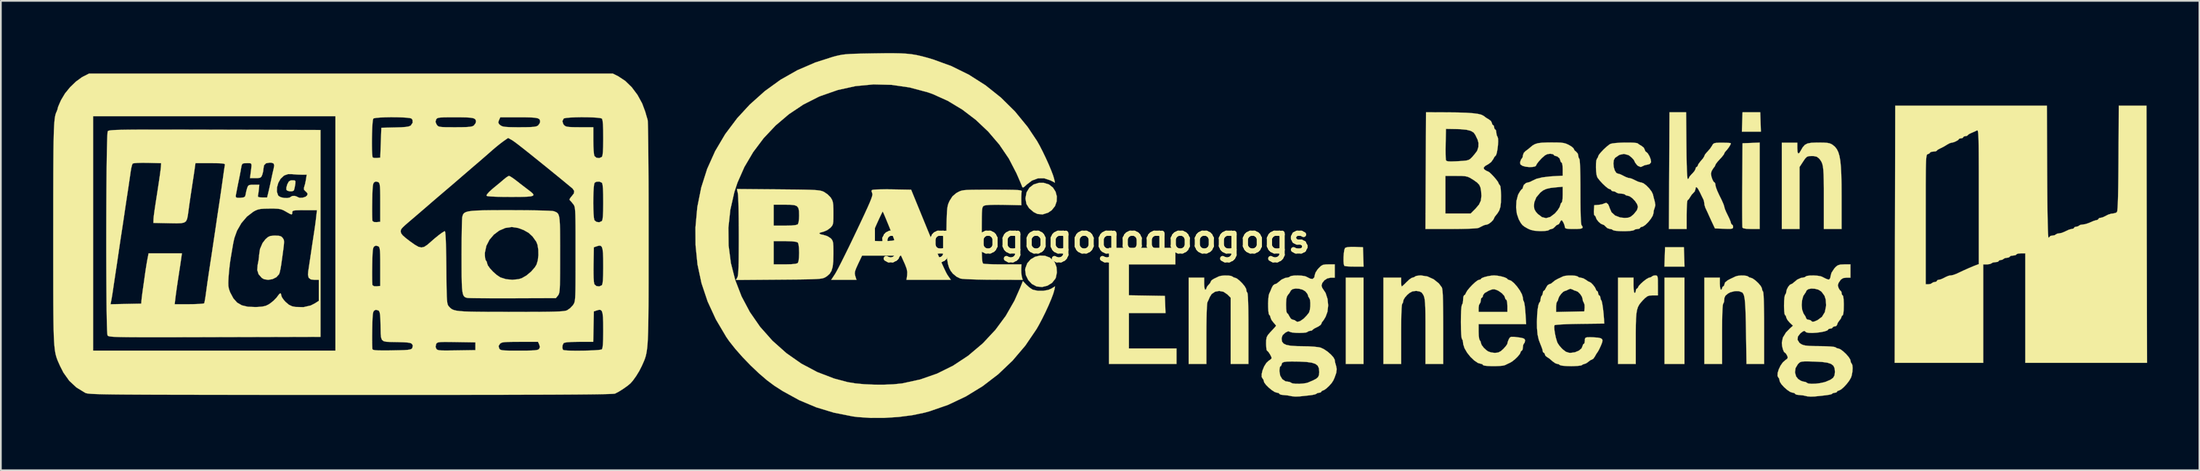
<source format=kicad_pcb>
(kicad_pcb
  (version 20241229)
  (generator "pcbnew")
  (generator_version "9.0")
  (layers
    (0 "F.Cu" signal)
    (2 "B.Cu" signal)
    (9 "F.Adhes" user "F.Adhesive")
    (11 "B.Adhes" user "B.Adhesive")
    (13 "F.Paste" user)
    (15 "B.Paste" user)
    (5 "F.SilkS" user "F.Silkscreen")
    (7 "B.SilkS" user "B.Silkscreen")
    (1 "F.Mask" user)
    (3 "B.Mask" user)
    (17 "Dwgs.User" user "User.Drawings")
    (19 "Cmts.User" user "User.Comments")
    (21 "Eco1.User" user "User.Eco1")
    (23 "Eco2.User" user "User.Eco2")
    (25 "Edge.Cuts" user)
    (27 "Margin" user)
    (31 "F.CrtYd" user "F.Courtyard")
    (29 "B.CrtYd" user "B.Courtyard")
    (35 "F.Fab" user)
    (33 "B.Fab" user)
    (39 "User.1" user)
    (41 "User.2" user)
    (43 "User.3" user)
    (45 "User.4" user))
  (footprint "lgogoogogogogoogogs"
    (layer "F.Cu")
    (at 59.378 10.667)
    (property "Reference" "lgogoogogogogoogogs" (at 0 0 0) (layer "F.SilkS") (effects (font (size 1.524 1.524) (thickness 0.3))))
    (attr through_hole)
    (fp_poly (pts (xy 15.812 7.176) (xy 14.796 7.176) (xy 14.796 2.223) (xy 15.812 2.223) (xy 15.812 7.176)) (stroke (width 0.01) (type solid)) (fill yes) (layer "F.SilkS"))
    (fp_poly (pts (xy 34.227 7.176) (xy 33.084 7.176) (xy 33.084 2.223) (xy 34.227 2.223) (xy 34.227 7.176)) (stroke (width 0.01) (type solid)) (fill yes) (layer "F.SilkS"))
    (fp_poly (pts (xy 34.231 1.587) (xy 33.079 1.587) (xy 33.097 1.032) (xy 33.115 0.476) (xy 34.195 0.476) (xy 34.231 1.587)) (stroke (width 0.01) (type solid)) (fill yes) (layer "F.SilkS"))
    (fp_poly (pts (xy 38.613 -6.16) (xy 37.524 -6.16) (xy 37.542 -6.715) (xy 37.56 -7.271) (xy 38.576 -7.271) (xy 38.613 -6.16)) (stroke (width 0.01) (type solid)) (fill yes) (layer "F.SilkS"))
    (fp_poly (pts (xy 5.016 1.46) (xy 2.349 1.46) (xy 2.349 3.235) (xy 4.413 3.27) (xy 4.45 4.255) (xy 2.349 4.255) (xy 2.349 6.287) (xy 5.08 6.287) (xy 5.08 7.176) (xy 1.206 7.176) (xy 1.206 0.508) (xy 5.016 0.508) (xy 5.016 1.46)) (stroke (width 0.01) (type solid)) (fill yes) (layer "F.SilkS"))
    (fp_poly (pts (xy 38.544 -0.572) (xy 38.066 -0.572) (xy 37.778 -0.582) (xy 37.609 -0.612) (xy 37.557 -0.651) (xy 37.551 -0.731) (xy 37.546 -0.923) (xy 37.542 -1.213) (xy 37.54 -1.586) (xy 37.539 -2.029) (xy 37.54 -2.526) (xy 37.543 -3.063) (xy 37.544 -3.112) (xy 37.56 -5.493) (xy 38.052 -5.511) (xy 38.544 -5.53) (xy 38.544 -0.572)) (stroke (width 0.01) (type solid)) (fill yes) (layer "F.SilkS"))
    (fp_poly (pts (xy -45.524 -3.359) (xy -45.474 -3.317) (xy -45.477 -3.203) (xy -45.492 -3.102) (xy -45.526 -2.925) (xy -45.559 -2.803) (xy -45.567 -2.784) (xy -45.659 -2.737) (xy -45.804 -2.734) (xy -45.939 -2.771) (xy -45.996 -2.824) (xy -45.997 -2.941) (xy -45.952 -3.108) (xy -45.939 -3.142) (xy -45.857 -3.293) (xy -45.757 -3.356) (xy -45.648 -3.365) (xy -45.524 -3.359)) (stroke (width 0.01) (type solid)) (fill yes) (layer "F.SilkS"))
    (fp_poly (pts (xy 15.314 0.457) (xy 15.78 0.476) (xy 15.816 1.587) (xy 15.285 1.587) (xy 15.036 1.583) (xy 14.839 1.57) (xy 14.725 1.552) (xy 14.711 1.545) (xy 14.679 1.447) (xy 14.665 1.266) (xy 14.667 1.041) (xy 14.683 0.814) (xy 14.712 0.626) (xy 14.752 0.519) (xy 14.758 0.513) (xy 14.878 0.473) (xy 15.1 0.455) (xy 15.314 0.457)) (stroke (width 0.01) (type solid)) (fill yes) (layer "F.SilkS"))
    (fp_poly (pts (xy -2.538 -3.221) (xy -2.238 -3.127) (xy -2.011 -2.949) (xy -1.859 -2.713) (xy -1.786 -2.441) (xy -1.796 -2.157) (xy -1.891 -1.886) (xy -2.076 -1.652) (xy -2.287 -1.508) (xy -2.601 -1.408) (xy -2.896 -1.434) (xy -3.112 -1.54) (xy -3.377 -1.764) (xy -3.53 -2.008) (xy -3.583 -2.297) (xy -3.583 -2.349) (xy -3.522 -2.675) (xy -3.361 -2.94) (xy -3.119 -3.127) (xy -2.814 -3.222) (xy -2.538 -3.221)) (stroke (width 0.01) (type solid)) (fill yes) (layer "F.SilkS"))
    (fp_poly (pts (xy -2.467 0.967) (xy -2.196 1.066) (xy -1.97 1.257) (xy -1.902 1.352) (xy -1.805 1.615) (xy -1.783 1.92) (xy -1.839 2.208) (xy -1.872 2.284) (xy -2.061 2.521) (xy -2.326 2.684) (xy -2.631 2.759) (xy -2.939 2.73) (xy -2.946 2.728) (xy -3.214 2.587) (xy -3.426 2.36) (xy -3.563 2.08) (xy -3.604 1.781) (xy -3.592 1.685) (xy -3.482 1.396) (xy -3.289 1.175) (xy -3.039 1.026) (xy -2.756 0.955) (xy -2.467 0.967)) (stroke (width 0.01) (type solid)) (fill yes) (layer "F.SilkS"))
    (fp_poly (pts (xy -33.137 -3.582) (xy -32.988 -3.485) (xy -32.802 -3.347) (xy -32.782 -3.331) (xy -32.544 -3.145) (xy -32.293 -2.952) (xy -32.115 -2.817) (xy -31.954 -2.693) (xy -31.851 -2.597) (xy -31.816 -2.526) (xy -31.857 -2.476) (xy -31.985 -2.443) (xy -32.209 -2.424) (xy -32.538 -2.416) (xy -32.982 -2.413) (xy -33.143 -2.413) (xy -33.598 -2.416) (xy -33.975 -2.424) (xy -34.261 -2.438) (xy -34.444 -2.456) (xy -34.512 -2.476) (xy -34.488 -2.554) (xy -34.369 -2.692) (xy -34.166 -2.879) (xy -33.921 -3.08) (xy -33.772 -3.202) (xy -33.59 -3.356) (xy -33.525 -3.413) (xy -33.374 -3.534) (xy -33.255 -3.608) (xy -33.219 -3.619) (xy -33.137 -3.582)) (stroke (width 0.01) (type solid)) (fill yes) (layer "F.SilkS"))
    (fp_poly (pts (xy -46.427 -0.182) (xy -46.3 -0.146) (xy -46.216 -0.07) (xy -46.198 -0.043) (xy -46.166 0.006) (xy -46.144 0.054) (xy -46.132 0.118) (xy -46.131 0.216) (xy -46.143 0.365) (xy -46.169 0.581) (xy -46.209 0.882) (xy -46.265 1.285) (xy -46.292 1.478) (xy -46.332 1.715) (xy -46.376 1.913) (xy -46.414 2.024) (xy -46.569 2.196) (xy -46.793 2.307) (xy -47.044 2.348) (xy -47.279 2.31) (xy -47.405 2.237) (xy -47.59 2.026) (xy -47.667 1.785) (xy -47.643 1.486) (xy -47.636 1.455) (xy -47.592 1.226) (xy -47.565 1.014) (xy -47.562 0.939) (xy -47.509 0.576) (xy -47.363 0.237) (xy -47.197 0.02) (xy -47.055 -0.106) (xy -46.921 -0.169) (xy -46.74 -0.189) (xy -46.64 -0.191) (xy -46.427 -0.182)) (stroke (width 0.01) (type solid)) (fill yes) (layer "F.SilkS"))
    (fp_poly (pts (xy 32.621 2.1) (xy 32.666 2.132) (xy 32.691 2.214) (xy 32.701 2.371) (xy 32.702 2.627) (xy 32.703 2.667) (xy 32.703 3.239) (xy 32.406 3.239) (xy 32.225 3.249) (xy 32.092 3.295) (xy 31.958 3.401) (xy 31.85 3.51) (xy 31.726 3.647) (xy 31.629 3.776) (xy 31.556 3.917) (xy 31.504 4.087) (xy 31.469 4.303) (xy 31.448 4.583) (xy 31.437 4.945) (xy 31.433 5.407) (xy 31.433 5.704) (xy 31.433 7.176) (xy 30.416 7.176) (xy 30.416 2.223) (xy 31.305 2.223) (xy 31.305 2.667) (xy 31.314 2.895) (xy 31.336 3.053) (xy 31.369 3.111) (xy 31.369 3.111) (xy 31.421 3.058) (xy 31.433 2.985) (xy 31.459 2.881) (xy 31.496 2.857) (xy 31.556 2.808) (xy 31.559 2.787) (xy 31.607 2.699) (xy 31.725 2.57) (xy 31.881 2.43) (xy 32.04 2.308) (xy 32.168 2.235) (xy 32.207 2.225) (xy 32.322 2.189) (xy 32.353 2.159) (xy 32.441 2.11) (xy 32.547 2.095) (xy 32.621 2.1)) (stroke (width 0.01) (type solid)) (fill yes) (layer "F.SilkS"))
    (fp_poly (pts (xy 42.216 -5.529) (xy 42.426 -5.515) (xy 42.57 -5.484) (xy 42.682 -5.433) (xy 42.734 -5.398) (xy 42.864 -5.289) (xy 42.97 -5.156) (xy 43.055 -4.985) (xy 43.121 -4.764) (xy 43.171 -4.481) (xy 43.205 -4.123) (xy 43.228 -3.677) (xy 43.24 -3.13) (xy 43.243 -2.47) (xy 43.243 -2.412) (xy 43.243 -0.572) (xy 42.227 -0.572) (xy 42.227 -2.347) (xy 42.227 -2.901) (xy 42.222 -3.344) (xy 42.213 -3.691) (xy 42.197 -3.958) (xy 42.173 -4.159) (xy 42.137 -4.311) (xy 42.089 -4.428) (xy 42.026 -4.527) (xy 41.95 -4.62) (xy 41.825 -4.718) (xy 41.649 -4.758) (xy 41.534 -4.761) (xy 41.366 -4.754) (xy 41.255 -4.716) (xy 41.158 -4.621) (xy 41.037 -4.445) (xy 40.831 -4.129) (xy 40.831 -0.572) (xy 39.815 -0.572) (xy 39.815 -5.524) (xy 40.703 -5.524) (xy 40.703 -5.207) (xy 40.716 -4.993) (xy 40.755 -4.903) (xy 40.82 -4.936) (xy 40.899 -5.064) (xy 41.015 -5.265) (xy 41.136 -5.4) (xy 41.289 -5.48) (xy 41.504 -5.52) (xy 41.809 -5.532) (xy 41.912 -5.533) (xy 42.216 -5.529)) (stroke (width 0.01) (type solid)) (fill yes) (layer "F.SilkS"))
    (fp_poly (pts (xy 8.031 2.1) (xy 8.198 2.12) (xy 8.286 2.157) (xy 8.287 2.159) (xy 8.378 2.216) (xy 8.426 2.223) (xy 8.541 2.27) (xy 8.695 2.39) (xy 8.856 2.55) (xy 8.992 2.716) (xy 9.072 2.857) (xy 9.081 2.9) (xy 9.106 3.029) (xy 9.144 3.08) (xy 9.163 3.155) (xy 9.179 3.351) (xy 9.191 3.661) (xy 9.201 4.08) (xy 9.206 4.602) (xy 9.207 5.147) (xy 9.207 7.176) (xy 8.191 7.176) (xy 8.191 3.375) (xy 7.996 3.18) (xy 7.775 3.032) (xy 7.53 2.984) (xy 7.293 3.029) (xy 7.097 3.163) (xy 6.991 3.331) (xy 6.917 3.503) (xy 6.854 3.635) (xy 6.838 3.725) (xy 6.824 3.925) (xy 6.812 4.217) (xy 6.803 4.582) (xy 6.797 5.003) (xy 6.795 5.46) (xy 6.795 7.176) (xy 5.779 7.176) (xy 5.779 2.223) (xy 6.668 2.223) (xy 6.668 2.572) (xy 6.678 2.763) (xy 6.705 2.89) (xy 6.731 2.921) (xy 6.789 2.87) (xy 6.795 2.836) (xy 6.838 2.732) (xy 6.921 2.635) (xy 7.017 2.524) (xy 7.048 2.446) (xy 7.1 2.369) (xy 7.223 2.289) (xy 7.389 2.21) (xy 7.508 2.152) (xy 7.641 2.116) (xy 7.831 2.099) (xy 8.031 2.1)) (stroke (width 0.01) (type solid)) (fill yes) (layer "F.SilkS"))
    (fp_poly (pts (xy 19.481 2.154) (xy 19.834 2.314) (xy 20.134 2.554) (xy 20.304 2.781) (xy 20.327 2.857) (xy 20.346 3.003) (xy 20.361 3.227) (xy 20.371 3.541) (xy 20.378 3.953) (xy 20.382 4.474) (xy 20.384 5.047) (xy 20.384 7.176) (xy 19.367 7.176) (xy 19.367 5.301) (xy 19.367 4.745) (xy 19.364 4.302) (xy 19.357 3.955) (xy 19.344 3.69) (xy 19.325 3.493) (xy 19.297 3.348) (xy 19.259 3.241) (xy 19.209 3.156) (xy 19.146 3.079) (xy 19.134 3.066) (xy 19.025 3.013) (xy 18.852 2.985) (xy 18.813 2.985) (xy 18.619 3.01) (xy 18.445 3.104) (xy 18.332 3.199) (xy 18.195 3.35) (xy 18.11 3.491) (xy 18.098 3.545) (xy 18.07 3.67) (xy 18.034 3.715) (xy 18.014 3.79) (xy 17.997 3.985) (xy 17.984 4.292) (xy 17.975 4.702) (xy 17.971 5.207) (xy 17.971 5.465) (xy 17.971 7.176) (xy 16.954 7.176) (xy 16.954 2.223) (xy 17.971 2.223) (xy 17.971 2.477) (xy 17.978 2.636) (xy 17.997 2.724) (xy 18.005 2.731) (xy 18.064 2.688) (xy 18.18 2.579) (xy 18.281 2.477) (xy 18.433 2.335) (xy 18.565 2.243) (xy 18.624 2.223) (xy 18.736 2.187) (xy 18.764 2.159) (xy 18.846 2.122) (xy 19.009 2.099) (xy 19.111 2.095) (xy 19.481 2.154)) (stroke (width 0.01) (type solid)) (fill yes) (layer "F.SilkS"))
    (fp_poly (pts (xy 37.677 2.103) (xy 37.825 2.128) (xy 37.878 2.159) (xy 37.969 2.216) (xy 38.024 2.225) (xy 38.146 2.273) (xy 38.306 2.389) (xy 38.469 2.541) (xy 38.601 2.697) (xy 38.669 2.824) (xy 38.672 2.847) (xy 38.699 2.971) (xy 38.735 3.016) (xy 38.754 3.091) (xy 38.77 3.287) (xy 38.782 3.598) (xy 38.791 4.018) (xy 38.797 4.541) (xy 38.798 5.115) (xy 38.798 7.176) (xy 37.788 7.176) (xy 37.761 5.413) (xy 37.751 4.812) (xy 37.738 4.326) (xy 37.723 3.94) (xy 37.704 3.644) (xy 37.68 3.423) (xy 37.649 3.266) (xy 37.61 3.159) (xy 37.562 3.09) (xy 37.536 3.067) (xy 37.353 2.997) (xy 37.115 2.996) (xy 36.868 3.059) (xy 36.735 3.127) (xy 36.583 3.25) (xy 36.521 3.381) (xy 36.513 3.473) (xy 36.495 3.625) (xy 36.451 3.714) (xy 36.449 3.715) (xy 36.429 3.79) (xy 36.412 3.985) (xy 36.399 4.292) (xy 36.39 4.702) (xy 36.386 5.207) (xy 36.386 5.465) (xy 36.386 7.176) (xy 35.37 7.176) (xy 35.37 2.223) (xy 36.258 2.223) (xy 36.258 2.572) (xy 36.269 2.763) (xy 36.296 2.89) (xy 36.322 2.921) (xy 36.378 2.87) (xy 36.386 2.826) (xy 36.42 2.741) (xy 36.449 2.731) (xy 36.505 2.679) (xy 36.513 2.631) (xy 36.561 2.495) (xy 36.716 2.369) (xy 36.862 2.294) (xy 37.031 2.215) (xy 37.163 2.152) (xy 37.299 2.114) (xy 37.486 2.098) (xy 37.677 2.103)) (stroke (width 0.01) (type solid)) (fill yes) (layer "F.SilkS"))
    (fp_poly (pts (xy -11.242 -2.845) (xy -10.146 -2.826) (xy -9.205 -0.526) (xy -8.99 -0.005) (xy -8.781 0.491) (xy -8.586 0.945) (xy -8.412 1.342) (xy -8.264 1.669) (xy -8.149 1.91) (xy -8.074 2.049) (xy -8.066 2.061) (xy -7.868 2.349) (xy -10.412 2.349) (xy -10.375 2.08) (xy -10.368 1.898) (xy -10.402 1.713) (xy -10.49 1.478) (xy -10.533 1.381) (xy -10.726 0.953) (xy -12.96 0.953) (xy -13.189 1.433) (xy -13.301 1.68) (xy -13.362 1.848) (xy -13.38 1.974) (xy -13.362 2.091) (xy -13.35 2.132) (xy -13.283 2.349) (xy -14.733 2.349) (xy -14.513 2.016) (xy -14.435 1.881) (xy -14.31 1.647) (xy -14.148 1.329) (xy -13.955 0.943) (xy -13.739 0.504) (xy -13.525 0.063) (xy -12.509 0.063) (xy -12.448 0.092) (xy -12.275 0.114) (xy -12.003 0.125) (xy -11.811 0.127) (xy -11.489 0.121) (xy -11.258 0.105) (xy -11.132 0.08) (xy -11.113 0.062) (xy -11.135 -0.011) (xy -11.197 -0.175) (xy -11.285 -0.401) (xy -11.39 -0.664) (xy -11.501 -0.935) (xy -11.606 -1.189) (xy -11.694 -1.398) (xy -11.755 -1.534) (xy -11.776 -1.573) (xy -11.807 -1.527) (xy -11.876 -1.389) (xy -11.973 -1.184) (xy -12.087 -0.936) (xy -12.205 -0.672) (xy -12.318 -0.415) (xy -12.414 -0.191) (xy -12.481 -0.025) (xy -12.509 0.06) (xy -12.509 0.063) (xy -13.525 0.063) (xy -13.509 0.029) (xy -13.299 -0.41) (xy -13.036 -0.965) (xy -12.824 -1.418) (xy -12.659 -1.778) (xy -12.535 -2.057) (xy -12.449 -2.267) (xy -12.396 -2.418) (xy -12.37 -2.521) (xy -12.368 -2.588) (xy -12.381 -2.624) (xy -12.42 -2.752) (xy -12.397 -2.805) (xy -12.315 -2.825) (xy -12.125 -2.839) (xy -11.847 -2.847) (xy -11.501 -2.848) (xy -11.242 -2.845)) (stroke (width 0.01) (type solid)) (fill yes) (layer "F.SilkS"))
    (fp_poly (pts (xy -4.977 -2.825) (xy -4.575 -2.822) (xy -4.273 -2.817) (xy -4.059 -2.808) (xy -3.918 -2.795) (xy -3.838 -2.777) (xy -3.806 -2.753) (xy -3.804 -2.731) (xy -3.818 -2.616) (xy -3.826 -2.425) (xy -3.827 -2.286) (xy -3.823 -1.937) (xy -4.826 -1.958) (xy -5.292 -1.963) (xy -5.641 -1.954) (xy -5.87 -1.934) (xy -5.963 -1.908) (xy -6.004 -1.882) (xy -6.035 -1.843) (xy -6.059 -1.776) (xy -6.075 -1.666) (xy -6.086 -1.497) (xy -6.092 -1.254) (xy -6.095 -0.922) (xy -6.096 -0.486) (xy -6.096 -0.227) (xy -6.095 0.273) (xy -6.092 0.66) (xy -6.086 0.949) (xy -6.076 1.154) (xy -6.061 1.29) (xy -6.041 1.371) (xy -6.013 1.412) (xy -5.996 1.422) (xy -5.9 1.435) (xy -5.702 1.446) (xy -5.424 1.455) (xy -5.091 1.46) (xy -4.856 1.46) (xy -3.816 1.46) (xy -3.829 1.73) (xy -3.825 1.948) (xy -3.801 2.143) (xy -3.793 2.175) (xy -3.744 2.349) (xy -5.412 2.343) (xy -5.873 2.339) (xy -6.304 2.331) (xy -6.684 2.319) (xy -6.994 2.305) (xy -7.214 2.289) (xy -7.316 2.274) (xy -7.53 2.173) (xy -7.741 2.001) (xy -7.77 1.97) (xy -7.881 1.824) (xy -7.968 1.649) (xy -8.034 1.43) (xy -8.081 1.153) (xy -8.11 0.803) (xy -8.123 0.364) (xy -8.123 -0.179) (xy -8.118 -0.531) (xy -8.11 -0.98) (xy -8.1 -1.323) (xy -8.088 -1.578) (xy -8.071 -1.767) (xy -8.046 -1.908) (xy -8.012 -2.023) (xy -7.966 -2.131) (xy -7.937 -2.191) (xy -7.777 -2.443) (xy -7.57 -2.621) (xy -7.493 -2.667) (xy -7.405 -2.714) (xy -7.322 -2.751) (xy -7.227 -2.779) (xy -7.103 -2.799) (xy -6.934 -2.812) (xy -6.704 -2.82) (xy -6.395 -2.824) (xy -5.993 -2.826) (xy -5.493 -2.826) (xy -4.977 -2.825)) (stroke (width 0.01) (type solid)) (fill yes) (layer "F.SilkS"))
    (fp_poly (pts (xy -32.589 -1.649) (xy -32.088 -1.645) (xy -31.638 -1.638) (xy -31.254 -1.629) (xy -30.951 -1.618) (xy -30.745 -1.606) (xy -30.653 -1.593) (xy -30.559 -1.557) (xy -30.482 -1.519) (xy -30.422 -1.466) (xy -30.376 -1.386) (xy -30.342 -1.267) (xy -30.318 -1.094) (xy -30.303 -0.855) (xy -30.294 -0.539) (xy -30.291 -0.131) (xy -30.289 0.38) (xy -30.29 0.886) (xy -30.29 1.477) (xy -30.291 1.954) (xy -30.295 2.33) (xy -30.3 2.619) (xy -30.309 2.834) (xy -30.322 2.989) (xy -30.34 3.096) (xy -30.363 3.169) (xy -30.391 3.221) (xy -30.411 3.247) (xy -30.532 3.397) (xy -32.998 3.406) (xy -33.551 3.407) (xy -34.068 3.406) (xy -34.534 3.405) (xy -34.935 3.402) (xy -35.256 3.398) (xy -35.482 3.393) (xy -35.598 3.387) (xy -35.607 3.385) (xy -35.694 3.364) (xy -35.765 3.329) (xy -35.82 3.268) (xy -35.863 3.169) (xy -35.894 3.019) (xy -35.916 2.806) (xy -35.929 2.517) (xy -35.937 2.139) (xy -35.94 1.661) (xy -35.941 1.07) (xy -35.941 1.01) (xy -35.941 0.885) (xy -34.608 0.885) (xy -34.596 1.074) (xy -34.566 1.206) (xy -34.544 1.238) (xy -34.489 1.328) (xy -34.48 1.392) (xy -34.433 1.523) (xy -34.307 1.698) (xy -34.132 1.887) (xy -33.934 2.062) (xy -33.739 2.193) (xy -33.704 2.212) (xy -33.389 2.311) (xy -33.026 2.345) (xy -32.675 2.31) (xy -32.487 2.253) (xy -32.219 2.099) (xy -31.955 1.878) (xy -31.737 1.63) (xy -31.64 1.469) (xy -31.567 1.229) (xy -31.534 0.929) (xy -31.54 0.618) (xy -31.584 0.339) (xy -31.656 0.156) (xy -31.865 -0.136) (xy -32.092 -0.348) (xy -32.375 -0.509) (xy -32.696 -0.629) (xy -33.064 -0.685) (xy -33.432 -0.631) (xy -33.78 -0.481) (xy -34.09 -0.25) (xy -34.343 0.048) (xy -34.521 0.396) (xy -34.604 0.782) (xy -34.608 0.885) (xy -35.941 0.885) (xy -35.94 0.5) (xy -35.937 0.024) (xy -35.931 -0.402) (xy -35.925 -0.761) (xy -35.917 -1.036) (xy -35.908 -1.21) (xy -35.902 -1.258) (xy -35.878 -1.354) (xy -35.842 -1.432) (xy -35.78 -1.496) (xy -35.682 -1.546) (xy -35.536 -1.584) (xy -35.33 -1.611) (xy -35.054 -1.63) (xy -34.694 -1.642) (xy -34.241 -1.648) (xy -33.682 -1.651) (xy -33.126 -1.651) (xy -32.589 -1.649)) (stroke (width 0.01) (type solid)) (fill yes) (layer "F.SilkS"))
    (fp_poly (pts (xy -17.772 -2.846) (xy -17.157 -2.84) (xy -16.655 -2.835) (xy -16.254 -2.828) (xy -15.94 -2.82) (xy -15.699 -2.809) (xy -15.519 -2.795) (xy -15.386 -2.778) (xy -15.287 -2.755) (xy -15.208 -2.728) (xy -15.146 -2.699) (xy -14.947 -2.565) (xy -14.777 -2.394) (xy -14.749 -2.356) (xy -14.682 -2.242) (xy -14.64 -2.119) (xy -14.617 -1.955) (xy -14.607 -1.718) (xy -14.605 -1.478) (xy -14.607 -1.18) (xy -14.615 -0.979) (xy -14.638 -0.848) (xy -14.68 -0.755) (xy -14.749 -0.672) (xy -14.786 -0.635) (xy -14.968 -0.502) (xy -15.174 -0.416) (xy -15.199 -0.41) (xy -15.372 -0.363) (xy -15.419 -0.314) (xy -15.34 -0.266) (xy -15.172 -0.229) (xy -14.953 -0.16) (xy -14.771 -0.044) (xy -14.759 -0.033) (xy -14.693 0.04) (xy -14.65 0.121) (xy -14.623 0.235) (xy -14.61 0.409) (xy -14.605 0.668) (xy -14.605 0.871) (xy -14.615 1.288) (xy -14.65 1.601) (xy -14.717 1.833) (xy -14.824 2.005) (xy -14.979 2.141) (xy -15.057 2.191) (xy -15.117 2.223) (xy -15.187 2.25) (xy -15.279 2.271) (xy -15.406 2.288) (xy -15.582 2.301) (xy -15.817 2.311) (xy -16.127 2.319) (xy -16.523 2.326) (xy -17.018 2.331) (xy -17.625 2.336) (xy -17.736 2.337) (xy -20.201 2.356) (xy -20.118 2.21) (xy -20.094 2.14) (xy -20.075 2.014) (xy -20.06 1.82) (xy -20.049 1.549) (xy -20.041 1.188) (xy -20.037 0.727) (xy -20.034 0.156) (xy -20.034 0.127) (xy -18.034 0.127) (xy -18.034 1.46) (xy -17.38 1.46) (xy -17.027 1.452) (xy -16.784 1.429) (xy -16.658 1.391) (xy -16.65 1.384) (xy -16.608 1.277) (xy -16.582 1.066) (xy -16.573 0.794) (xy -16.583 0.506) (xy -16.611 0.3) (xy -16.65 0.203) (xy -16.759 0.163) (xy -16.986 0.137) (xy -17.324 0.127) (xy -17.38 0.127) (xy -18.034 0.127) (xy -20.034 0.127) (xy -20.034 -0.159) (xy -20.036 -0.689) (xy -20.04 -1.187) (xy -20.047 -1.638) (xy -20.055 -1.968) (xy -18.034 -1.968) (xy -18.034 -0.762) (xy -17.38 -0.762) (xy -17.027 -0.77) (xy -16.784 -0.794) (xy -16.658 -0.832) (xy -16.65 -0.838) (xy -16.608 -0.943) (xy -16.581 -1.139) (xy -16.573 -1.342) (xy -16.58 -1.597) (xy -16.615 -1.772) (xy -16.697 -1.881) (xy -16.846 -1.94) (xy -17.083 -1.964) (xy -17.404 -1.968) (xy -18.034 -1.968) (xy -20.055 -1.968) (xy -20.056 -2.025) (xy -20.067 -2.33) (xy -20.079 -2.539) (xy -20.09 -2.624) (xy -20.145 -2.866) (xy -17.772 -2.846)) (stroke (width 0.01) (type solid)) (fill yes) (layer "F.SilkS"))
    (fp_poly (pts (xy 34.339 -5.35) (xy 34.346 -4.771) (xy 34.356 -4.287) (xy 34.369 -3.904) (xy 34.384 -3.629) (xy 34.402 -3.47) (xy 34.418 -3.429) (xy 34.478 -3.478) (xy 34.48 -3.499) (xy 34.523 -3.583) (xy 34.63 -3.707) (xy 34.671 -3.747) (xy 34.792 -3.883) (xy 34.858 -4.002) (xy 34.861 -4.026) (xy 34.894 -4.114) (xy 34.925 -4.128) (xy 34.984 -4.178) (xy 34.989 -4.207) (xy 35.03 -4.299) (xy 35.131 -4.435) (xy 35.179 -4.489) (xy 35.296 -4.629) (xy 35.363 -4.74) (xy 35.37 -4.765) (xy 35.412 -4.854) (xy 35.516 -4.979) (xy 35.544 -5.007) (xy 35.689 -5.171) (xy 35.804 -5.34) (xy 35.809 -5.35) (xy 35.861 -5.438) (xy 35.927 -5.49) (xy 36.037 -5.515) (xy 36.223 -5.524) (xy 36.396 -5.524) (xy 36.629 -5.521) (xy 36.804 -5.511) (xy 36.89 -5.496) (xy 36.894 -5.492) (xy 36.857 -5.394) (xy 36.77 -5.252) (xy 36.665 -5.115) (xy 36.624 -5.073) (xy 36.537 -4.968) (xy 36.513 -4.906) (xy 36.471 -4.828) (xy 36.365 -4.695) (xy 36.258 -4.58) (xy 36.12 -4.426) (xy 36.028 -4.304) (xy 36.005 -4.252) (xy 35.965 -4.161) (xy 35.877 -4.049) (xy 35.782 -3.891) (xy 35.751 -3.747) (xy 35.773 -3.588) (xy 35.828 -3.42) (xy 35.896 -3.288) (xy 35.957 -3.239) (xy 35.993 -3.184) (xy 36.005 -3.089) (xy 36.033 -2.965) (xy 36.108 -2.766) (xy 36.216 -2.529) (xy 36.258 -2.445) (xy 36.374 -2.209) (xy 36.462 -2.008) (xy 36.508 -1.873) (xy 36.513 -1.847) (xy 36.541 -1.739) (xy 36.613 -1.56) (xy 36.703 -1.376) (xy 36.802 -1.172) (xy 36.871 -1.004) (xy 36.894 -0.917) (xy 36.929 -0.835) (xy 36.957 -0.826) (xy 37.008 -0.772) (xy 37.02 -0.696) (xy 37.012 -0.632) (xy 36.968 -0.596) (xy 36.865 -0.58) (xy 36.677 -0.579) (xy 36.5 -0.585) (xy 35.979 -0.603) (xy 35.872 -0.826) (xy 35.782 -1.018) (xy 35.674 -1.255) (xy 35.624 -1.365) (xy 35.534 -1.565) (xy 35.456 -1.731) (xy 35.426 -1.793) (xy 35.377 -1.953) (xy 35.37 -2.032) (xy 35.341 -2.198) (xy 35.313 -2.271) (xy 35.253 -2.391) (xy 35.165 -2.574) (xy 35.112 -2.683) (xy 35.004 -2.883) (xy 34.922 -2.974) (xy 34.873 -2.953) (xy 34.861 -2.861) (xy 34.814 -2.724) (xy 34.75 -2.655) (xy 34.64 -2.537) (xy 34.549 -2.397) (xy 34.471 -2.275) (xy 34.407 -2.223) (xy 34.406 -2.223) (xy 34.387 -2.163) (xy 34.37 -2) (xy 34.359 -1.757) (xy 34.354 -1.458) (xy 34.353 -1.397) (xy 34.353 -0.572) (xy 33.336 -0.572) (xy 33.353 -3.921) (xy 33.369 -7.271) (xy 34.322 -7.271) (xy 34.339 -5.35)) (stroke (width 0.01) (type solid)) (fill yes) (layer "F.SilkS"))
    (fp_poly (pts (xy 20.606 -7.266) (xy 21.214 -7.26) (xy 21.705 -7.244) (xy 22.09 -7.217) (xy 22.378 -7.179) (xy 22.579 -7.129) (xy 22.703 -7.065) (xy 22.714 -7.056) (xy 22.857 -6.949) (xy 23.003 -6.863) (xy 23.127 -6.765) (xy 23.177 -6.657) (xy 23.206 -6.56) (xy 23.241 -6.54) (xy 23.293 -6.487) (xy 23.305 -6.413) (xy 23.331 -6.31) (xy 23.368 -6.287) (xy 23.414 -6.232) (xy 23.431 -6.109) (xy 23.455 -5.953) (xy 23.502 -5.861) (xy 23.531 -5.768) (xy 23.537 -5.594) (xy 23.525 -5.377) (xy 23.498 -5.15) (xy 23.461 -4.948) (xy 23.417 -4.808) (xy 23.376 -4.763) (xy 23.325 -4.711) (xy 23.258 -4.586) (xy 23.256 -4.582) (xy 23.139 -4.419) (xy 23.002 -4.312) (xy 22.799 -4.194) (xy 22.709 -4.099) (xy 22.723 -4.015) (xy 22.773 -3.968) (xy 22.89 -3.896) (xy 22.951 -3.876) (xy 23.03 -3.829) (xy 23.156 -3.712) (xy 23.301 -3.559) (xy 23.435 -3.4) (xy 23.53 -3.269) (xy 23.558 -3.203) (xy 23.604 -3.112) (xy 23.628 -3.099) (xy 23.664 -3.024) (xy 23.688 -2.837) (xy 23.701 -2.549) (xy 23.703 -2.459) (xy 23.696 -2.101) (xy 23.665 -1.837) (xy 23.6 -1.635) (xy 23.493 -1.461) (xy 23.416 -1.369) (xy 23.332 -1.257) (xy 23.305 -1.192) (xy 23.257 -1.098) (xy 23.145 -0.979) (xy 23.011 -0.876) (xy 22.902 -0.826) (xy 22.894 -0.826) (xy 22.757 -0.798) (xy 22.669 -0.762) (xy 22.5 -0.677) (xy 22.416 -0.635) (xy 22.314 -0.615) (xy 22.102 -0.599) (xy 21.795 -0.585) (xy 21.412 -0.576) (xy 20.969 -0.572) (xy 20.828 -0.572) (xy 19.366 -0.572) (xy 19.381 -3.619) (xy 20.511 -3.619) (xy 20.511 -1.46) (xy 21.961 -1.46) (xy 22.243 -1.742) (xy 22.439 -1.973) (xy 22.546 -2.203) (xy 22.578 -2.475) (xy 22.561 -2.735) (xy 22.525 -2.947) (xy 22.457 -3.103) (xy 22.331 -3.238) (xy 22.122 -3.387) (xy 22.068 -3.421) (xy 21.915 -3.513) (xy 21.783 -3.571) (xy 21.635 -3.603) (xy 21.435 -3.617) (xy 21.145 -3.619) (xy 21.133 -3.619) (xy 20.511 -3.619) (xy 19.381 -3.619) (xy 19.383 -3.921) (xy 19.389 -5.141) (xy 20.52 -5.141) (xy 20.522 -4.86) (xy 20.528 -4.647) (xy 20.539 -4.529) (xy 20.542 -4.518) (xy 20.58 -4.477) (xy 20.671 -4.454) (xy 20.836 -4.447) (xy 21.098 -4.456) (xy 21.218 -4.462) (xy 21.51 -4.48) (xy 21.705 -4.5) (xy 21.834 -4.533) (xy 21.928 -4.587) (xy 22.017 -4.671) (xy 22.058 -4.714) (xy 22.198 -4.879) (xy 22.311 -5.029) (xy 22.336 -5.068) (xy 22.402 -5.274) (xy 22.409 -5.513) (xy 22.359 -5.7) (xy 22.289 -5.843) (xy 22.229 -5.971) (xy 22.13 -6.108) (xy 21.967 -6.205) (xy 21.723 -6.267) (xy 21.38 -6.3) (xy 21.163 -6.307) (xy 20.542 -6.318) (xy 20.524 -5.464) (xy 20.52 -5.141) (xy 19.389 -5.141) (xy 19.399 -7.271) (xy 20.606 -7.266)) (stroke (width 0.01) (type solid)) (fill yes) (layer "F.SilkS"))
    (fp_poly (pts (xy 23.501 2.111) (xy 23.712 2.15) (xy 23.902 2.204) (xy 24.031 2.261) (xy 24.067 2.301) (xy 24.117 2.346) (xy 24.149 2.349) (xy 24.285 2.402) (xy 24.45 2.54) (xy 24.623 2.735) (xy 24.78 2.955) (xy 24.898 3.172) (xy 24.954 3.356) (xy 24.956 3.386) (xy 24.978 3.527) (xy 25.011 3.591) (xy 25.038 3.677) (xy 25.067 3.859) (xy 25.092 4.106) (xy 25.104 4.27) (xy 25.143 4.889) (xy 22.416 4.889) (xy 22.416 5.33) (xy 22.424 5.555) (xy 22.446 5.727) (xy 22.478 5.81) (xy 22.479 5.81) (xy 22.535 5.901) (xy 22.543 5.957) (xy 22.591 6.09) (xy 22.714 6.251) (xy 22.878 6.4) (xy 22.971 6.461) (xy 23.129 6.514) (xy 23.331 6.54) (xy 23.361 6.54) (xy 23.542 6.52) (xy 23.695 6.44) (xy 23.838 6.312) (xy 23.969 6.166) (xy 24.052 6.048) (xy 24.067 6.007) (xy 24.092 5.897) (xy 24.146 5.763) (xy 24.207 5.66) (xy 24.291 5.618) (xy 24.441 5.62) (xy 24.511 5.627) (xy 24.785 5.662) (xy 24.955 5.697) (xy 25.045 5.74) (xy 25.079 5.801) (xy 25.082 5.839) (xy 25.053 5.961) (xy 25.019 6.001) (xy 24.973 6.087) (xy 24.956 6.227) (xy 24.937 6.359) (xy 24.892 6.413) (xy 24.833 6.464) (xy 24.828 6.496) (xy 24.782 6.602) (xy 24.662 6.75) (xy 24.502 6.906) (xy 24.332 7.04) (xy 24.223 7.104) (xy 24.054 7.183) (xy 23.924 7.246) (xy 23.811 7.274) (xy 23.622 7.292) (xy 23.389 7.301) (xy 23.145 7.301) (xy 22.922 7.291) (xy 22.754 7.273) (xy 22.673 7.246) (xy 22.669 7.239) (xy 22.618 7.183) (xy 22.573 7.176) (xy 22.381 7.121) (xy 22.164 6.976) (xy 21.947 6.769) (xy 21.754 6.525) (xy 21.607 6.272) (xy 21.532 6.039) (xy 21.526 5.971) (xy 21.507 5.825) (xy 21.463 5.747) (xy 21.438 5.67) (xy 21.419 5.483) (xy 21.406 5.203) (xy 21.4 4.848) (xy 21.399 4.763) (xy 21.404 4.393) (xy 21.415 4.096) (xy 21.426 3.972) (xy 22.416 3.972) (xy 22.416 4.191) (xy 24.067 4.191) (xy 24.067 3.842) (xy 24.056 3.65) (xy 24.029 3.524) (xy 24.003 3.493) (xy 23.947 3.441) (xy 23.939 3.394) (xy 23.886 3.262) (xy 23.749 3.114) (xy 23.561 2.982) (xy 23.456 2.931) (xy 23.32 2.888) (xy 23.196 2.895) (xy 23.03 2.956) (xy 22.964 2.987) (xy 22.755 3.11) (xy 22.672 3.225) (xy 22.669 3.245) (xy 22.642 3.345) (xy 22.606 3.365) (xy 22.558 3.42) (xy 22.543 3.521) (xy 22.519 3.655) (xy 22.479 3.715) (xy 22.436 3.799) (xy 22.416 3.953) (xy 22.416 3.972) (xy 21.426 3.972) (xy 21.434 3.887) (xy 21.457 3.785) (xy 21.463 3.778) (xy 21.504 3.695) (xy 21.525 3.537) (xy 21.526 3.489) (xy 21.54 3.331) (xy 21.573 3.244) (xy 21.586 3.239) (xy 21.649 3.186) (xy 21.687 3.105) (xy 21.758 2.978) (xy 21.89 2.813) (xy 22.053 2.639) (xy 22.22 2.484) (xy 22.361 2.379) (xy 22.436 2.349) (xy 22.527 2.326) (xy 22.543 2.301) (xy 22.599 2.248) (xy 22.745 2.191) (xy 22.942 2.14) (xy 23.154 2.105) (xy 23.305 2.095) (xy 23.501 2.111)) (stroke (width 0.01) (type solid)) (fill yes) (layer "F.SilkS"))
    (fp_poly (pts (xy 26.886 -5.538) (xy 27.125 -5.529) (xy 27.299 -5.506) (xy 27.439 -5.467) (xy 27.575 -5.405) (xy 27.592 -5.397) (xy 27.755 -5.298) (xy 27.858 -5.206) (xy 27.877 -5.168) (xy 27.927 -5.075) (xy 28.003 -5.016) (xy 28.107 -4.899) (xy 28.131 -4.796) (xy 28.154 -4.662) (xy 28.194 -4.604) (xy 28.214 -4.528) (xy 28.23 -4.333) (xy 28.243 -4.024) (xy 28.252 -3.609) (xy 28.257 -3.095) (xy 28.258 -2.699) (xy 28.26 -2.122) (xy 28.266 -1.64) (xy 28.276 -1.259) (xy 28.29 -0.987) (xy 28.308 -0.831) (xy 28.321 -0.794) (xy 28.379 -0.702) (xy 28.384 -0.663) (xy 28.357 -0.616) (xy 28.262 -0.587) (xy 28.077 -0.574) (xy 27.877 -0.572) (xy 27.614 -0.576) (xy 27.457 -0.593) (xy 27.383 -0.626) (xy 27.369 -0.664) (xy 27.344 -0.791) (xy 27.285 -0.936) (xy 27.216 -1.048) (xy 27.172 -1.079) (xy 27.116 -1.027) (xy 27.083 -0.953) (xy 27.018 -0.85) (xy 26.965 -0.826) (xy 26.872 -0.779) (xy 26.797 -0.699) (xy 26.684 -0.599) (xy 26.596 -0.572) (xy 26.481 -0.539) (xy 26.448 -0.508) (xy 26.369 -0.478) (xy 26.199 -0.457) (xy 25.973 -0.45) (xy 25.952 -0.45) (xy 25.636 -0.469) (xy 25.398 -0.523) (xy 25.241 -0.593) (xy 25.049 -0.703) (xy 24.925 -0.802) (xy 24.827 -0.932) (xy 24.717 -1.133) (xy 24.611 -1.445) (xy 24.568 -1.811) (xy 24.573 -1.9) (xy 25.59 -1.9) (xy 25.613 -1.717) (xy 25.698 -1.561) (xy 25.815 -1.431) (xy 26.053 -1.251) (xy 26.287 -1.194) (xy 26.528 -1.262) (xy 26.783 -1.455) (xy 26.791 -1.462) (xy 26.945 -1.638) (xy 27.058 -1.814) (xy 27.093 -1.907) (xy 27.135 -2.039) (xy 27.185 -2.095) (xy 27.186 -2.095) (xy 27.213 -2.154) (xy 27.233 -2.307) (xy 27.241 -2.523) (xy 27.241 -2.546) (xy 27.241 -2.996) (xy 26.876 -2.965) (xy 26.542 -2.928) (xy 26.301 -2.873) (xy 26.12 -2.79) (xy 25.963 -2.668) (xy 25.952 -2.658) (xy 25.726 -2.389) (xy 25.612 -2.109) (xy 25.59 -1.9) (xy 24.573 -1.9) (xy 24.588 -2.183) (xy 24.673 -2.511) (xy 24.713 -2.598) (xy 24.806 -2.752) (xy 24.881 -2.845) (xy 24.904 -2.857) (xy 24.949 -2.909) (xy 24.956 -2.957) (xy 25.009 -3.101) (xy 25.136 -3.211) (xy 25.239 -3.239) (xy 25.364 -3.272) (xy 25.5 -3.343) (xy 25.74 -3.454) (xy 26.076 -3.535) (xy 26.521 -3.588) (xy 26.718 -3.601) (xy 27.241 -3.629) (xy 27.241 -4.005) (xy 27.232 -4.206) (xy 27.206 -4.342) (xy 27.178 -4.381) (xy 27.122 -4.433) (xy 27.114 -4.481) (xy 27.061 -4.625) (xy 26.935 -4.735) (xy 26.833 -4.763) (xy 26.746 -4.795) (xy 26.733 -4.826) (xy 26.678 -4.868) (xy 26.54 -4.889) (xy 26.511 -4.889) (xy 26.362 -4.87) (xy 26.222 -4.798) (xy 26.054 -4.651) (xy 26.003 -4.6) (xy 25.854 -4.436) (xy 25.751 -4.296) (xy 25.718 -4.219) (xy 25.661 -4.164) (xy 25.518 -4.133) (xy 25.327 -4.126) (xy 25.124 -4.146) (xy 24.948 -4.192) (xy 24.928 -4.201) (xy 24.814 -4.279) (xy 24.798 -4.392) (xy 24.808 -4.439) (xy 24.856 -4.569) (xy 24.902 -4.625) (xy 24.944 -4.697) (xy 24.956 -4.792) (xy 25.006 -4.937) (xy 25.098 -5.034) (xy 25.262 -5.156) (xy 25.371 -5.248) (xy 25.514 -5.366) (xy 25.656 -5.446) (xy 25.825 -5.497) (xy 26.05 -5.525) (xy 26.358 -5.537) (xy 26.551 -5.539) (xy 26.886 -5.538)) (stroke (width 0.01) (type solid)) (fill yes) (layer "F.SilkS"))
    (fp_poly (pts (xy 31.326 -5.524) (xy 31.492 -5.504) (xy 31.554 -5.48) (xy 31.633 -5.417) (xy 31.766 -5.339) (xy 31.89 -5.243) (xy 31.941 -5.14) (xy 31.986 -5.027) (xy 32.031 -4.995) (xy 32.125 -4.909) (xy 32.22 -4.749) (xy 32.29 -4.568) (xy 32.313 -4.417) (xy 32.31 -4.401) (xy 32.231 -4.302) (xy 32.099 -4.265) (xy 31.943 -4.232) (xy 31.848 -4.186) (xy 31.714 -4.13) (xy 31.562 -4.192) (xy 31.488 -4.264) (xy 31.401 -4.378) (xy 31.369 -4.445) (xy 31.323 -4.537) (xy 31.212 -4.661) (xy 31.074 -4.775) (xy 31.008 -4.816) (xy 30.756 -4.883) (xy 30.495 -4.827) (xy 30.244 -4.656) (xy 30.172 -4.523) (xy 30.15 -4.333) (xy 30.171 -4.123) (xy 30.229 -3.931) (xy 30.316 -3.793) (xy 30.413 -3.747) (xy 30.522 -3.72) (xy 30.608 -3.683) (xy 30.776 -3.598) (xy 30.86 -3.556) (xy 31.005 -3.504) (xy 31.08 -3.493) (xy 31.193 -3.463) (xy 31.356 -3.389) (xy 31.401 -3.365) (xy 31.578 -3.283) (xy 31.732 -3.24) (xy 31.757 -3.239) (xy 31.883 -3.19) (xy 32.044 -3.065) (xy 32.208 -2.897) (xy 32.343 -2.718) (xy 32.418 -2.561) (xy 32.42 -2.551) (xy 32.463 -2.37) (xy 32.519 -2.164) (xy 32.522 -2.152) (xy 32.558 -1.941) (xy 32.519 -1.791) (xy 32.466 -1.627) (xy 32.449 -1.475) (xy 32.406 -1.332) (xy 32.296 -1.151) (xy 32.147 -0.966) (xy 31.988 -0.809) (xy 31.846 -0.713) (xy 31.788 -0.699) (xy 31.7 -0.666) (xy 31.686 -0.635) (xy 31.632 -0.587) (xy 31.531 -0.572) (xy 31.397 -0.548) (xy 31.337 -0.508) (xy 31.26 -0.48) (xy 31.087 -0.458) (xy 30.85 -0.446) (xy 30.734 -0.445) (xy 30.478 -0.451) (xy 30.273 -0.469) (xy 30.151 -0.495) (xy 30.131 -0.508) (xy 30.042 -0.559) (xy 29.951 -0.572) (xy 29.805 -0.62) (xy 29.718 -0.699) (xy 29.616 -0.797) (xy 29.542 -0.826) (xy 29.431 -0.873) (xy 29.299 -0.988) (xy 29.19 -1.124) (xy 29.146 -1.235) (xy 29.111 -1.322) (xy 29.08 -1.333) (xy 29.041 -1.392) (xy 29.029 -1.55) (xy 29.032 -1.635) (xy 29.051 -1.937) (xy 29.304 -1.957) (xy 29.487 -1.987) (xy 29.62 -2.033) (xy 29.638 -2.045) (xy 29.746 -2.071) (xy 29.848 -1.991) (xy 29.921 -1.824) (xy 29.928 -1.792) (xy 30.04 -1.534) (xy 30.249 -1.343) (xy 30.539 -1.232) (xy 30.79 -1.206) (xy 30.996 -1.219) (xy 31.143 -1.274) (xy 31.293 -1.398) (xy 31.331 -1.435) (xy 31.505 -1.655) (xy 31.559 -1.841) (xy 31.513 -1.996) (xy 31.396 -2.173) (xy 31.242 -2.336) (xy 31.084 -2.448) (xy 30.985 -2.477) (xy 30.866 -2.507) (xy 30.829 -2.54) (xy 30.745 -2.583) (xy 30.591 -2.603) (xy 30.575 -2.603) (xy 30.418 -2.621) (xy 30.325 -2.662) (xy 30.321 -2.667) (xy 30.232 -2.72) (xy 30.159 -2.731) (xy 30.058 -2.758) (xy 30.035 -2.794) (xy 29.984 -2.85) (xy 29.939 -2.857) (xy 29.844 -2.902) (xy 29.699 -3.017) (xy 29.532 -3.175) (xy 29.373 -3.346) (xy 29.251 -3.504) (xy 29.226 -3.544) (xy 29.186 -3.672) (xy 29.16 -3.87) (xy 29.149 -4.101) (xy 29.152 -4.325) (xy 29.17 -4.504) (xy 29.205 -4.6) (xy 29.21 -4.604) (xy 29.268 -4.696) (xy 29.273 -4.736) (xy 29.318 -4.829) (xy 29.434 -4.973) (xy 29.592 -5.14) (xy 29.765 -5.299) (xy 29.924 -5.423) (xy 29.967 -5.45) (xy 30.082 -5.482) (xy 30.283 -5.507) (xy 30.539 -5.524) (xy 30.819 -5.533) (xy 31.092 -5.533) (xy 31.326 -5.524)) (stroke (width 0.01) (type solid)) (fill yes) (layer "F.SilkS"))
    (fp_poly (pts (xy -10.765 -10.654) (xy -10.421 -10.635) (xy -10.116 -10.603) (xy -9.829 -10.555) (xy -9.538 -10.489) (xy -9.221 -10.404) (xy -8.902 -10.31) (xy -7.842 -9.925) (xy -6.832 -9.427) (xy -5.881 -8.822) (xy -4.997 -8.117) (xy -4.188 -7.318) (xy -3.463 -6.432) (xy -2.921 -5.62) (xy -2.765 -5.342) (xy -2.592 -5.005) (xy -2.416 -4.637) (xy -2.249 -4.268) (xy -2.106 -3.925) (xy -1.997 -3.637) (xy -1.939 -3.441) (xy -1.893 -3.23) (xy -2.15 -3.361) (xy -2.513 -3.483) (xy -2.87 -3.479) (xy -3.214 -3.351) (xy -3.506 -3.129) (xy -3.646 -2.999) (xy -3.723 -2.952) (xy -3.765 -2.976) (xy -3.784 -3.021) (xy -3.826 -3.128) (xy -3.907 -3.321) (xy -4.014 -3.569) (xy -4.102 -3.77) (xy -4.54 -4.615) (xy -5.085 -5.417) (xy -5.723 -6.163) (xy -6.438 -6.839) (xy -7.217 -7.432) (xy -8.046 -7.93) (xy -8.909 -8.319) (xy -9.191 -8.418) (xy -10.226 -8.695) (xy -11.266 -8.846) (xy -12.306 -8.872) (xy -13.337 -8.774) (xy -14.355 -8.551) (xy -15.352 -8.203) (xy -15.456 -8.159) (xy -16.334 -7.714) (xy -17.159 -7.162) (xy -17.921 -6.515) (xy -18.608 -5.787) (xy -19.209 -4.988) (xy -19.714 -4.132) (xy -20.112 -3.231) (xy -20.288 -2.699) (xy -20.522 -1.67) (xy -20.633 -0.642) (xy -20.621 0.378) (xy -20.49 1.381) (xy -20.241 2.358) (xy -19.877 3.3) (xy -19.4 4.198) (xy -18.813 5.045) (xy -18.116 5.831) (xy -18.102 5.846) (xy -17.304 6.557) (xy -16.449 7.156) (xy -15.537 7.641) (xy -14.57 8.012) (xy -13.78 8.222) (xy -13.352 8.292) (xy -12.839 8.34) (xy -12.278 8.365) (xy -11.708 8.367) (xy -11.169 8.345) (xy -10.7 8.298) (xy -10.64 8.289) (xy -9.621 8.067) (xy -8.655 7.73) (xy -7.741 7.277) (xy -6.879 6.709) (xy -6.067 6.023) (xy -6 5.959) (xy -5.305 5.214) (xy -4.715 4.415) (xy -4.217 3.544) (xy -3.878 2.78) (xy -3.734 2.418) (xy -3.529 2.635) (xy -3.364 2.784) (xy -3.199 2.896) (xy -3.15 2.918) (xy -2.877 2.978) (xy -2.566 2.979) (xy -2.275 2.926) (xy -2.103 2.853) (xy -1.887 2.722) (xy -1.928 2.924) (xy -1.991 3.144) (xy -2.105 3.447) (xy -2.258 3.807) (xy -2.436 4.195) (xy -2.628 4.584) (xy -2.821 4.948) (xy -2.954 5.18) (xy -3.592 6.121) (xy -4.326 6.984) (xy -5.146 7.764) (xy -6.043 8.452) (xy -7.008 9.042) (xy -8.03 9.526) (xy -9.1 9.897) (xy -9.38 9.973) (xy -10.089 10.12) (xy -10.87 10.22) (xy -11.679 10.272) (xy -12.475 10.274) (xy -13.216 10.224) (xy -13.494 10.188) (xy -14.579 9.973) (xy -15.594 9.665) (xy -16.565 9.256) (xy -17.516 8.734) (xy -18.002 8.421) (xy -18.42 8.109) (xy -18.879 7.715) (xy -19.352 7.267) (xy -19.812 6.791) (xy -20.233 6.314) (xy -20.59 5.863) (xy -20.751 5.631) (xy -21.349 4.619) (xy -21.823 3.592) (xy -22.174 2.543) (xy -22.405 1.464) (xy -22.517 0.347) (xy -22.521 -0.667) (xy -22.415 -1.831) (xy -22.191 -2.949) (xy -21.85 -4.021) (xy -21.391 -5.043) (xy -20.817 -6.013) (xy -20.128 -6.931) (xy -19.404 -7.715) (xy -18.545 -8.484) (xy -17.64 -9.139) (xy -16.676 -9.686) (xy -15.643 -10.131) (xy -14.637 -10.453) (xy -14.441 -10.505) (xy -14.266 -10.545) (xy -14.092 -10.577) (xy -13.899 -10.6) (xy -13.667 -10.617) (xy -13.378 -10.63) (xy -13.011 -10.64) (xy -12.547 -10.648) (xy -12.255 -10.653) (xy -11.661 -10.661) (xy -11.171 -10.662) (xy -10.765 -10.654)) (stroke (width 0.01) (type solid)) (fill yes) (layer "F.SilkS"))
    (fp_poly (pts (xy 27.97 2.114) (xy 28.084 2.146) (xy 28.099 2.159) (xy 28.187 2.211) (xy 28.277 2.224) (xy 28.427 2.263) (xy 28.575 2.349) (xy 28.703 2.437) (xy 28.789 2.475) (xy 28.79 2.475) (xy 28.872 2.524) (xy 28.983 2.638) (xy 29.086 2.773) (xy 29.143 2.885) (xy 29.146 2.905) (xy 29.187 2.979) (xy 29.21 2.985) (xy 29.262 3.038) (xy 29.273 3.111) (xy 29.3 3.215) (xy 29.337 3.239) (xy 29.389 3.292) (xy 29.401 3.362) (xy 29.425 3.48) (xy 29.455 3.518) (xy 29.485 3.594) (xy 29.52 3.767) (xy 29.555 4.007) (xy 29.586 4.286) (xy 29.609 4.574) (xy 29.614 4.667) (xy 29.623 4.858) (xy 28.228 4.875) (xy 27.818 4.882) (xy 27.45 4.894) (xy 27.144 4.909) (xy 26.918 4.926) (xy 26.792 4.943) (xy 26.774 4.951) (xy 26.755 5.041) (xy 26.765 5.216) (xy 26.799 5.439) (xy 26.849 5.672) (xy 26.91 5.879) (xy 26.945 5.969) (xy 27.037 6.111) (xy 27.18 6.277) (xy 27.238 6.334) (xy 27.423 6.477) (xy 27.605 6.535) (xy 27.699 6.54) (xy 27.947 6.506) (xy 28.165 6.415) (xy 28.321 6.286) (xy 28.384 6.139) (xy 28.384 6.132) (xy 28.417 6.045) (xy 28.448 6.032) (xy 28.493 5.977) (xy 28.511 5.844) (xy 28.512 5.842) (xy 28.517 5.734) (xy 28.553 5.672) (xy 28.645 5.645) (xy 28.821 5.642) (xy 28.988 5.647) (xy 29.259 5.666) (xy 29.425 5.701) (xy 29.507 5.76) (xy 29.527 5.84) (xy 29.5 5.953) (xy 29.431 6.128) (xy 29.343 6.318) (xy 29.258 6.475) (xy 29.21 6.54) (xy 29.161 6.615) (xy 29.088 6.747) (xy 29.004 6.87) (xy 28.926 6.921) (xy 28.925 6.921) (xy 28.83 6.961) (xy 28.717 7.048) (xy 28.587 7.141) (xy 28.486 7.176) (xy 28.377 7.213) (xy 28.353 7.239) (xy 28.276 7.267) (xy 28.102 7.288) (xy 27.861 7.301) (xy 27.718 7.303) (xy 27.454 7.296) (xy 27.241 7.279) (xy 27.109 7.254) (xy 27.083 7.239) (xy 26.993 7.184) (xy 26.93 7.176) (xy 26.813 7.134) (xy 26.666 7.03) (xy 26.629 6.997) (xy 26.482 6.871) (xy 26.355 6.786) (xy 26.334 6.776) (xy 26.241 6.694) (xy 26.226 6.638) (xy 26.192 6.552) (xy 26.162 6.54) (xy 26.106 6.489) (xy 26.099 6.445) (xy 26.074 6.331) (xy 26.011 6.158) (xy 25.978 6.079) (xy 25.867 5.788) (xy 25.799 5.484) (xy 25.767 5.126) (xy 25.762 4.763) (xy 25.775 4.37) (xy 25.803 4.045) (xy 25.826 3.911) (xy 26.86 3.911) (xy 26.86 4.195) (xy 28.48 4.159) (xy 28.5 3.945) (xy 28.496 3.779) (xy 28.457 3.667) (xy 28.453 3.662) (xy 28.398 3.548) (xy 28.384 3.445) (xy 28.342 3.309) (xy 28.241 3.158) (xy 28.116 3.034) (xy 28.006 2.985) (xy 27.902 2.953) (xy 27.812 2.906) (xy 27.682 2.859) (xy 27.56 2.906) (xy 27.433 2.968) (xy 27.366 2.985) (xy 27.272 3.033) (xy 27.154 3.151) (xy 27.049 3.295) (xy 26.992 3.421) (xy 26.99 3.441) (xy 26.954 3.556) (xy 26.924 3.588) (xy 26.886 3.67) (xy 26.863 3.831) (xy 26.86 3.911) (xy 25.826 3.911) (xy 25.844 3.805) (xy 25.894 3.668) (xy 25.915 3.647) (xy 25.959 3.563) (xy 25.971 3.461) (xy 25.995 3.328) (xy 26.035 3.27) (xy 26.088 3.181) (xy 26.099 3.108) (xy 26.123 3.007) (xy 26.154 2.985) (xy 26.214 2.932) (xy 26.284 2.805) (xy 26.289 2.794) (xy 26.37 2.662) (xy 26.459 2.604) (xy 26.464 2.603) (xy 26.58 2.56) (xy 26.663 2.492) (xy 26.795 2.385) (xy 26.956 2.294) (xy 27.126 2.215) (xy 27.257 2.152) (xy 27.387 2.117) (xy 27.578 2.099) (xy 27.786 2.099) (xy 27.97 2.114)) (stroke (width 0.01) (type solid)) (fill yes) (layer "F.SilkS"))
    (fp_poly (pts (xy 55.039 -3.858) (xy 55.044 -2.984) (xy 55.05 -2.22) (xy 55.058 -1.567) (xy 55.068 -1.028) (xy 55.079 -0.605) (xy 55.091 -0.302) (xy 55.104 -0.121) (xy 55.118 -0.064) (xy 55.18 -0.112) (xy 55.181 -0.127) (xy 55.236 -0.175) (xy 55.337 -0.191) (xy 55.471 -0.214) (xy 55.531 -0.254) (xy 55.618 -0.303) (xy 55.723 -0.318) (xy 55.878 -0.348) (xy 56.065 -0.425) (xy 56.102 -0.445) (xy 56.278 -0.527) (xy 56.429 -0.57) (xy 56.453 -0.572) (xy 56.556 -0.598) (xy 56.578 -0.635) (xy 56.632 -0.687) (xy 56.702 -0.699) (xy 56.823 -0.728) (xy 56.864 -0.762) (xy 56.951 -0.809) (xy 57.078 -0.826) (xy 57.245 -0.853) (xy 57.45 -0.923) (xy 57.516 -0.953) (xy 57.696 -1.03) (xy 57.841 -1.075) (xy 57.877 -1.079) (xy 57.964 -1.113) (xy 57.975 -1.143) (xy 58.027 -1.199) (xy 58.072 -1.206) (xy 58.206 -1.234) (xy 58.294 -1.27) (xy 58.462 -1.355) (xy 58.546 -1.397) (xy 58.715 -1.449) (xy 58.824 -1.46) (xy 58.972 -1.494) (xy 59.047 -1.546) (xy 59.065 -1.619) (xy 59.082 -1.794) (xy 59.096 -2.074) (xy 59.108 -2.464) (xy 59.118 -2.967) (xy 59.126 -3.587) (xy 59.132 -4.329) (xy 59.134 -4.641) (xy 59.15 -7.652) (xy 60.738 -7.652) (xy 60.754 -0.27) (xy 60.77 7.112) (xy 53.785 7.112) (xy 53.785 0.826) (xy 53.531 0.826) (xy 53.371 0.84) (xy 53.283 0.875) (xy 53.276 0.889) (xy 53.221 0.934) (xy 53.088 0.952) (xy 53.086 0.953) (xy 52.952 0.971) (xy 52.896 1.015) (xy 52.895 1.016) (xy 52.841 1.064) (xy 52.74 1.079) (xy 52.606 1.103) (xy 52.546 1.143) (xy 52.457 1.196) (xy 52.384 1.206) (xy 52.283 1.234) (xy 52.261 1.27) (xy 52.205 1.315) (xy 52.074 1.333) (xy 51.927 1.353) (xy 51.848 1.397) (xy 51.763 1.44) (xy 51.609 1.46) (xy 51.59 1.46) (xy 51.371 1.46) (xy 51.371 7.112) (xy 46.291 7.112) (xy 46.309 -1.172) (xy 48.069 -1.172) (xy 48.069 2.603) (xy 48.225 2.603) (xy 48.359 2.58) (xy 48.419 2.54) (xy 48.508 2.487) (xy 48.581 2.477) (xy 48.682 2.449) (xy 48.705 2.413) (xy 48.756 2.357) (xy 48.801 2.349) (xy 48.93 2.321) (xy 49.039 2.276) (xy 49.242 2.174) (xy 49.372 2.119) (xy 49.466 2.098) (xy 49.523 2.095) (xy 49.656 2.068) (xy 49.836 2.001) (xy 49.889 1.976) (xy 50.23 1.815) (xy 50.571 1.663) (xy 50.86 1.542) (xy 50.911 1.523) (xy 51.117 1.445) (xy 51.117 -2.421) (xy 51.117 -3.218) (xy 51.117 -3.898) (xy 51.115 -4.469) (xy 51.113 -4.94) (xy 51.109 -5.321) (xy 51.104 -5.621) (xy 51.097 -5.849) (xy 51.088 -6.015) (xy 51.076 -6.127) (xy 51.062 -6.195) (xy 51.045 -6.228) (xy 51.025 -6.235) (xy 51.006 -6.228) (xy 50.87 -6.162) (xy 50.695 -6.087) (xy 50.689 -6.085) (xy 50.551 -6.017) (xy 50.484 -5.96) (xy 50.483 -5.953) (xy 50.429 -5.914) (xy 50.355 -5.905) (xy 50.252 -5.879) (xy 50.228 -5.842) (xy 50.175 -5.79) (xy 50.102 -5.779) (xy 49.998 -5.758) (xy 49.974 -5.731) (xy 49.921 -5.672) (xy 49.796 -5.602) (xy 49.65 -5.545) (xy 49.543 -5.524) (xy 49.431 -5.49) (xy 49.287 -5.408) (xy 49.286 -5.407) (xy 49.102 -5.296) (xy 48.911 -5.201) (xy 48.774 -5.13) (xy 48.706 -5.071) (xy 48.705 -5.064) (xy 48.649 -5.031) (xy 48.516 -5.017) (xy 48.514 -5.016) (xy 48.38 -5) (xy 48.324 -4.961) (xy 48.324 -4.96) (xy 48.271 -4.901) (xy 48.197 -4.871) (xy 48.17 -4.862) (xy 48.147 -4.842) (xy 48.128 -4.802) (xy 48.113 -4.732) (xy 48.1 -4.623) (xy 48.09 -4.465) (xy 48.083 -4.248) (xy 48.077 -3.963) (xy 48.074 -3.599) (xy 48.071 -3.148) (xy 48.07 -2.6) (xy 48.07 -1.944) (xy 48.069 -1.172) (xy 46.309 -1.172) (xy 46.323 -7.652) (xy 55.023 -7.652) (xy 55.039 -3.858)) (stroke (width 0.01) (type solid)) (fill yes) (layer "F.SilkS"))
    (fp_poly (pts (xy 43.752 2.223) (xy 43.525 2.223) (xy 43.336 2.246) (xy 43.2 2.335) (xy 43.074 2.517) (xy 43.072 2.521) (xy 43.028 2.661) (xy 43.071 2.818) (xy 43.072 2.819) (xy 43.142 2.938) (xy 43.196 2.984) (xy 43.235 3.038) (xy 43.243 3.111) (xy 43.27 3.215) (xy 43.307 3.239) (xy 43.337 3.298) (xy 43.359 3.464) (xy 43.37 3.715) (xy 43.37 3.81) (xy 43.364 4.084) (xy 43.345 4.279) (xy 43.318 4.375) (xy 43.307 4.381) (xy 43.249 4.432) (xy 43.243 4.465) (xy 43.203 4.569) (xy 43.117 4.684) (xy 43.023 4.816) (xy 42.989 4.919) (xy 42.936 4.999) (xy 42.862 5.016) (xy 42.759 5.043) (xy 42.736 5.08) (xy 42.682 5.132) (xy 42.608 5.144) (xy 42.505 5.164) (xy 42.481 5.192) (xy 42.423 5.252) (xy 42.271 5.306) (xy 42.056 5.35) (xy 41.81 5.382) (xy 41.568 5.397) (xy 41.359 5.391) (xy 41.218 5.362) (xy 41.18 5.334) (xy 41.122 5.279) (xy 41.041 5.297) (xy 40.906 5.397) (xy 40.873 5.425) (xy 40.734 5.606) (xy 40.718 5.792) (xy 40.821 5.962) (xy 40.926 6.039) (xy 41.03 6.086) (xy 41.168 6.119) (xy 41.364 6.139) (xy 41.642 6.151) (xy 41.986 6.155) (xy 42.329 6.161) (xy 42.608 6.175) (xy 42.802 6.195) (xy 42.892 6.22) (xy 42.894 6.223) (xy 42.984 6.277) (xy 43.052 6.287) (xy 43.172 6.333) (xy 43.333 6.451) (xy 43.502 6.608) (xy 43.647 6.775) (xy 43.737 6.918) (xy 43.752 6.974) (xy 43.779 7.098) (xy 43.815 7.144) (xy 43.861 7.236) (xy 43.877 7.411) (xy 43.864 7.625) (xy 43.824 7.839) (xy 43.786 7.954) (xy 43.688 8.128) (xy 43.543 8.32) (xy 43.379 8.498) (xy 43.224 8.634) (xy 43.104 8.698) (xy 43.09 8.7) (xy 43.002 8.732) (xy 42.989 8.763) (xy 42.936 8.815) (xy 42.866 8.826) (xy 42.747 8.852) (xy 42.709 8.882) (xy 42.665 8.911) (xy 42.561 8.939) (xy 42.381 8.968) (xy 42.109 9.001) (xy 41.727 9.04) (xy 41.688 9.044) (xy 41.467 9.051) (xy 41.273 9.035) (xy 41.212 9.02) (xy 41.037 8.981) (xy 40.829 8.96) (xy 40.815 8.96) (xy 40.661 8.941) (xy 40.58 8.902) (xy 40.577 8.89) (xy 40.522 8.841) (xy 40.428 8.826) (xy 40.295 8.781) (xy 40.123 8.665) (xy 39.945 8.509) (xy 39.794 8.343) (xy 39.702 8.196) (xy 39.688 8.138) (xy 39.66 8.014) (xy 39.624 7.969) (xy 39.567 7.867) (xy 39.576 7.695) (xy 39.587 7.659) (xy 40.569 7.659) (xy 40.633 7.893) (xy 40.751 8.041) (xy 40.907 8.143) (xy 41.053 8.191) (xy 41.065 8.191) (xy 41.193 8.217) (xy 41.243 8.255) (xy 41.336 8.3) (xy 41.517 8.317) (xy 41.752 8.31) (xy 42.006 8.279) (xy 42.245 8.227) (xy 42.338 8.198) (xy 42.6 8.087) (xy 42.76 7.973) (xy 42.84 7.83) (xy 42.862 7.634) (xy 42.862 7.62) (xy 42.843 7.424) (xy 42.775 7.278) (xy 42.642 7.174) (xy 42.43 7.104) (xy 42.123 7.062) (xy 41.706 7.04) (xy 41.667 7.039) (xy 41.343 7.03) (xy 41.12 7.03) (xy 40.974 7.041) (xy 40.878 7.068) (xy 40.808 7.116) (xy 40.737 7.187) (xy 40.736 7.189) (xy 40.603 7.411) (xy 40.569 7.659) (xy 39.587 7.659) (xy 39.638 7.487) (xy 39.741 7.273) (xy 39.872 7.086) (xy 40.019 6.957) (xy 40.133 6.872) (xy 40.153 6.787) (xy 40.119 6.697) (xy 40.053 6.582) (xy 40.005 6.54) (xy 39.939 6.484) (xy 39.877 6.34) (xy 39.831 6.147) (xy 39.815 5.96) (xy 39.873 5.665) (xy 40.052 5.371) (xy 40.275 5.142) (xy 40.455 4.982) (xy 40.262 4.797) (xy 40.14 4.654) (xy 40.073 4.525) (xy 40.069 4.497) (xy 40.039 4.4) (xy 40.005 4.381) (xy 39.975 4.322) (xy 39.953 4.156) (xy 39.942 3.905) (xy 39.941 3.814) (xy 39.942 3.798) (xy 40.955 3.798) (xy 40.981 4.065) (xy 41.058 4.278) (xy 41.084 4.318) (xy 41.173 4.454) (xy 41.21 4.556) (xy 41.264 4.621) (xy 41.335 4.636) (xy 41.456 4.665) (xy 41.497 4.699) (xy 41.557 4.753) (xy 41.657 4.747) (xy 41.828 4.678) (xy 41.861 4.663) (xy 42.117 4.474) (xy 42.283 4.201) (xy 42.352 3.853) (xy 42.355 3.775) (xy 42.335 3.483) (xy 42.265 3.264) (xy 42.124 3.069) (xy 42.064 3.005) (xy 41.913 2.912) (xy 41.714 2.859) (xy 41.508 2.848) (xy 41.334 2.881) (xy 41.234 2.959) (xy 41.23 2.969) (xy 41.177 3.079) (xy 41.153 3.111) (xy 41.043 3.278) (xy 40.977 3.521) (xy 40.955 3.798) (xy 39.942 3.798) (xy 39.948 3.557) (xy 39.966 3.351) (xy 39.992 3.227) (xy 40.005 3.207) (xy 40.058 3.117) (xy 40.069 3.042) (xy 40.101 2.902) (xy 40.179 2.751) (xy 40.273 2.636) (xy 40.338 2.603) (xy 40.428 2.561) (xy 40.506 2.492) (xy 40.702 2.333) (xy 40.914 2.237) (xy 41.016 2.223) (xy 41.138 2.194) (xy 41.18 2.159) (xy 41.265 2.121) (xy 41.435 2.101) (xy 41.649 2.098) (xy 41.866 2.112) (xy 42.045 2.143) (xy 42.117 2.169) (xy 42.319 2.271) (xy 42.44 2.321) (xy 42.509 2.331) (xy 42.548 2.316) (xy 42.599 2.228) (xy 42.608 2.154) (xy 42.664 1.944) (xy 42.822 1.702) (xy 42.907 1.607) (xy 43.021 1.517) (xy 43.168 1.472) (xy 43.394 1.461) (xy 43.399 1.46) (xy 43.752 1.46) (xy 43.752 2.223)) (stroke (width 0.01) (type solid)) (fill yes) (layer "F.SilkS"))
    (fp_poly (pts (xy 14.161 2.223) (xy 13.93 2.223) (xy 13.735 2.265) (xy 13.567 2.374) (xy 13.448 2.521) (xy 13.4 2.678) (xy 13.446 2.817) (xy 13.456 2.829) (xy 13.636 3.101) (xy 13.747 3.443) (xy 13.784 3.816) (xy 13.743 4.18) (xy 13.637 4.468) (xy 13.543 4.628) (xy 13.468 4.733) (xy 13.446 4.752) (xy 13.403 4.825) (xy 13.399 4.863) (xy 13.345 4.941) (xy 13.211 5.031) (xy 13.145 5.063) (xy 12.99 5.14) (xy 12.9 5.205) (xy 12.89 5.222) (xy 12.837 5.262) (xy 12.767 5.271) (xy 12.646 5.3) (xy 12.605 5.334) (xy 12.522 5.369) (xy 12.353 5.389) (xy 12.136 5.396) (xy 11.911 5.39) (xy 11.717 5.37) (xy 11.592 5.338) (xy 11.575 5.326) (xy 11.492 5.298) (xy 11.363 5.357) (xy 11.308 5.394) (xy 11.167 5.527) (xy 11.115 5.683) (xy 11.113 5.75) (xy 11.138 5.897) (xy 11.223 6.007) (xy 11.383 6.083) (xy 11.63 6.131) (xy 11.979 6.154) (xy 12.328 6.16) (xy 12.662 6.166) (xy 12.971 6.185) (xy 13.219 6.213) (xy 13.346 6.239) (xy 13.534 6.325) (xy 13.74 6.463) (xy 13.932 6.628) (xy 14.081 6.792) (xy 14.156 6.928) (xy 14.161 6.957) (xy 14.182 7.094) (xy 14.233 7.271) (xy 14.237 7.282) (xy 14.274 7.471) (xy 14.247 7.689) (xy 14.151 7.963) (xy 14.077 8.128) (xy 13.983 8.272) (xy 13.841 8.433) (xy 13.685 8.579) (xy 13.548 8.676) (xy 13.481 8.7) (xy 13.405 8.738) (xy 13.399 8.763) (xy 13.345 8.815) (xy 13.275 8.826) (xy 13.156 8.852) (xy 13.118 8.882) (xy 13.04 8.92) (xy 12.878 8.956) (xy 12.749 8.974) (xy 12.486 9.003) (xy 12.218 9.032) (xy 12.129 9.041) (xy 11.904 9.049) (xy 11.697 9.03) (xy 11.652 9.02) (xy 11.452 8.982) (xy 11.231 8.961) (xy 11.224 8.961) (xy 11.07 8.941) (xy 10.989 8.902) (xy 10.986 8.89) (xy 10.932 8.841) (xy 10.84 8.826) (xy 10.714 8.784) (xy 10.546 8.675) (xy 10.368 8.529) (xy 10.214 8.374) (xy 10.115 8.239) (xy 10.097 8.179) (xy 10.063 8.064) (xy 10.033 8.033) (xy 9.97 7.926) (xy 9.97 7.749) (xy 10.008 7.591) (xy 10.986 7.591) (xy 11.031 7.852) (xy 11.153 8.054) (xy 11.333 8.172) (xy 11.455 8.191) (xy 11.591 8.215) (xy 11.652 8.255) (xy 11.737 8.293) (xy 11.909 8.313) (xy 12.127 8.316) (xy 12.351 8.301) (xy 12.544 8.27) (xy 12.618 8.247) (xy 12.905 8.126) (xy 13.094 8.028) (xy 13.204 7.931) (xy 13.256 7.817) (xy 13.271 7.666) (xy 13.271 7.62) (xy 13.252 7.424) (xy 13.185 7.278) (xy 13.053 7.173) (xy 12.843 7.104) (xy 12.539 7.062) (xy 12.125 7.041) (xy 12.058 7.039) (xy 11.687 7.034) (xy 11.425 7.041) (xy 11.255 7.063) (xy 11.158 7.104) (xy 11.117 7.166) (xy 11.113 7.211) (xy 11.077 7.293) (xy 11.049 7.303) (xy 11.011 7.359) (xy 10.989 7.503) (xy 10.986 7.591) (xy 10.008 7.591) (xy 10.022 7.534) (xy 10.113 7.314) (xy 10.234 7.122) (xy 10.372 6.991) (xy 10.391 6.98) (xy 10.502 6.901) (xy 10.541 6.841) (xy 10.51 6.742) (xy 10.436 6.607) (xy 10.35 6.482) (xy 10.282 6.416) (xy 10.273 6.413) (xy 10.248 6.356) (xy 10.23 6.205) (xy 10.223 6.011) (xy 10.228 5.788) (xy 10.257 5.638) (xy 10.328 5.51) (xy 10.464 5.353) (xy 10.509 5.306) (xy 10.655 5.149) (xy 10.758 5.032) (xy 10.795 4.981) (xy 10.756 4.925) (xy 10.661 4.815) (xy 10.636 4.788) (xy 10.53 4.645) (xy 10.478 4.518) (xy 10.477 4.505) (xy 10.444 4.397) (xy 10.408 4.369) (xy 10.374 4.298) (xy 10.351 4.135) (xy 10.34 3.914) (xy 10.339 3.79) (xy 11.367 3.79) (xy 11.373 4.015) (xy 11.392 4.179) (xy 11.418 4.253) (xy 11.422 4.255) (xy 11.482 4.307) (xy 11.552 4.434) (xy 11.557 4.445) (xy 11.65 4.587) (xy 11.751 4.636) (xy 11.87 4.667) (xy 11.906 4.699) (xy 12.009 4.761) (xy 12.166 4.723) (xy 12.359 4.591) (xy 12.398 4.556) (xy 12.548 4.401) (xy 12.665 4.255) (xy 12.691 4.211) (xy 12.734 4.068) (xy 12.758 3.872) (xy 12.76 3.665) (xy 12.742 3.493) (xy 12.703 3.4) (xy 12.7 3.397) (xy 12.642 3.306) (xy 12.636 3.264) (xy 12.594 3.157) (xy 12.492 3.025) (xy 12.481 3.013) (xy 12.326 2.916) (xy 12.125 2.86) (xy 11.918 2.847) (xy 11.743 2.879) (xy 11.642 2.96) (xy 11.638 2.969) (xy 11.562 3.102) (xy 11.481 3.203) (xy 11.416 3.306) (xy 11.381 3.462) (xy 11.367 3.703) (xy 11.367 3.79) (xy 10.339 3.79) (xy 10.339 3.669) (xy 10.35 3.434) (xy 10.372 3.243) (xy 10.402 3.137) (xy 10.47 2.992) (xy 10.543 2.812) (xy 10.543 2.81) (xy 10.62 2.671) (xy 10.706 2.605) (xy 10.716 2.603) (xy 10.832 2.56) (xy 10.915 2.492) (xy 11.111 2.333) (xy 11.323 2.237) (xy 11.425 2.223) (xy 11.547 2.194) (xy 11.589 2.159) (xy 11.672 2.123) (xy 11.841 2.102) (xy 12.052 2.098) (xy 12.267 2.109) (xy 12.442 2.136) (xy 12.51 2.159) (xy 12.674 2.241) (xy 12.755 2.281) (xy 12.894 2.298) (xy 12.988 2.208) (xy 13.018 2.059) (xy 13.059 1.932) (xy 13.163 1.768) (xy 13.228 1.691) (xy 13.362 1.558) (xy 13.481 1.489) (xy 13.638 1.464) (xy 13.8 1.46) (xy 14.161 1.46) (xy 14.161 2.223)) (stroke (width 0.01) (type solid)) (fill yes) (layer "F.SilkS"))
    (fp_poly (pts (xy -52.578 -6.277) (xy -51.761 -6.275) (xy -50.83 -6.273) (xy -50.102 -6.271) (xy -44.037 -6.255) (xy -44.037 5.62) (xy -50.115 5.636) (xy -51.129 5.639) (xy -52.024 5.641) (xy -52.807 5.642) (xy -53.485 5.643) (xy -54.067 5.643) (xy -54.56 5.641) (xy -54.971 5.639) (xy -55.308 5.635) (xy -55.579 5.63) (xy -55.791 5.623) (xy -55.951 5.615) (xy -56.068 5.604) (xy -56.149 5.592) (xy -56.202 5.577) (xy -56.233 5.561) (xy -56.251 5.542) (xy -56.259 5.529) (xy -56.271 5.442) (xy -56.283 5.24) (xy -56.293 4.934) (xy -56.302 4.534) (xy -56.31 4.052) (xy -56.313 3.75) (xy -56.085 3.75) (xy -55.205 3.732) (xy -54.324 3.715) (xy -54.309 3.524) (xy -54.292 3.359) (xy -54.262 3.126) (xy -54.234 2.921) (xy -54.194 2.642) (xy -54.147 2.31) (xy -54.104 2) (xy -54.06 1.704) (xy -54.012 1.406) (xy -53.97 1.168) (xy -53.968 1.159) (xy -53.902 0.826) (xy -51.99 0.826) (xy -52.027 1.095) (xy -52.058 1.308) (xy -52.098 1.578) (xy -52.129 1.778) (xy -52.218 2.359) (xy -52.287 2.829) (xy -52.339 3.199) (xy -52.366 3.413) (xy -52.405 3.747) (xy -51.575 3.747) (xy -51.263 3.743) (xy -51 3.732) (xy -50.809 3.717) (xy -50.716 3.698) (xy -50.712 3.695) (xy -50.689 3.612) (xy -50.657 3.435) (xy -50.621 3.198) (xy -50.609 3.107) (xy -50.533 2.552) (xy -50.523 2.484) (xy -49.329 2.484) (xy -49.324 2.694) (xy -49.295 2.861) (xy -49.237 3.028) (xy -49.215 3.08) (xy -49.036 3.414) (xy -48.822 3.654) (xy -48.553 3.81) (xy -48.211 3.892) (xy -47.776 3.91) (xy -47.644 3.906) (xy -47.375 3.884) (xy -47.183 3.841) (xy -47.016 3.761) (xy -46.914 3.693) (xy -46.725 3.541) (xy -46.564 3.374) (xy -46.514 3.307) (xy -46.397 3.155) (xy -46.323 3.121) (xy -46.292 3.206) (xy -46.291 3.239) (xy -46.249 3.353) (xy -46.139 3.509) (xy -46.044 3.613) (xy -45.854 3.777) (xy -45.666 3.866) (xy -45.474 3.904) (xy -45.011 3.916) (xy -44.599 3.82) (xy -44.373 3.706) (xy -44.133 3.554) (xy -44.133 2.349) (xy -44.379 2.349) (xy -44.594 2.322) (xy -44.716 2.23) (xy -44.756 2.054) (xy -44.74 1.856) (xy -44.705 1.624) (xy -44.663 1.34) (xy -44.633 1.143) (xy -44.555 0.619) (xy -44.492 0.196) (xy -44.439 -0.151) (xy -44.394 -0.447) (xy -44.389 -0.476) (xy -44.347 -0.767) (xy -44.305 -1.089) (xy -44.286 -1.254) (xy -44.241 -1.651) (xy -44.949 -1.651) (xy -45.257 -1.65) (xy -45.46 -1.643) (xy -45.579 -1.626) (xy -45.637 -1.597) (xy -45.655 -1.55) (xy -45.657 -1.524) (xy -45.663 -1.438) (xy -45.698 -1.408) (xy -45.786 -1.436) (xy -45.95 -1.527) (xy -46.026 -1.572) (xy -46.175 -1.653) (xy -46.311 -1.704) (xy -46.47 -1.731) (xy -46.688 -1.742) (xy -46.958 -1.742) (xy -47.261 -1.737) (xy -47.472 -1.721) (xy -47.63 -1.688) (xy -47.771 -1.631) (xy -47.894 -1.563) (xy -48.259 -1.283) (xy -48.577 -0.91) (xy -48.829 -0.472) (xy -48.973 -0.071) (xy -48.999 0.032) (xy -49.024 0.143) (xy -49.052 0.285) (xy -49.086 0.48) (xy -49.132 0.751) (xy -49.194 1.12) (xy -49.208 1.206) (xy -49.245 1.472) (xy -49.281 1.802) (xy -49.31 2.132) (xy -49.314 2.191) (xy -49.329 2.484) (xy -50.523 2.484) (xy -50.448 1.972) (xy -50.354 1.349) (xy -50.297 0.984) (xy -50.235 0.567) (xy -50.161 0.071) (xy -50.103 -0.318) (xy -50.03 -0.809) (xy -49.973 -1.2) (xy -49.926 -1.514) (xy -49.886 -1.776) (xy -49.852 -2) (xy -49.798 -2.357) (xy -49.791 -2.408) (xy -48.899 -2.408) (xy -48.833 -2.363) (xy -48.674 -2.359) (xy -48.625 -2.362) (xy -48.452 -2.384) (xy -48.368 -2.434) (xy -48.337 -2.535) (xy -48.336 -2.54) (xy -48.302 -2.716) (xy -48.252 -2.905) (xy -48.204 -3.028) (xy -48.137 -3.089) (xy -48.009 -3.109) (xy -47.868 -3.111) (xy -47.549 -3.111) (xy -47.576 -2.842) (xy -47.599 -2.65) (xy -47.623 -2.503) (xy -47.63 -2.477) (xy -47.619 -2.415) (xy -47.525 -2.387) (xy -47.378 -2.381) (xy -47.1 -2.381) (xy -47.023 -2.699) (xy -47.02 -2.712) (xy -46.541 -2.712) (xy -46.472 -2.507) (xy -46.44 -2.466) (xy -46.321 -2.397) (xy -46.143 -2.356) (xy -45.954 -2.347) (xy -45.805 -2.374) (xy -45.752 -2.413) (xy -45.656 -2.466) (xy -45.51 -2.47) (xy -45.38 -2.425) (xy -45.36 -2.408) (xy -45.236 -2.36) (xy -45.061 -2.367) (xy -44.896 -2.42) (xy -44.806 -2.495) (xy -44.775 -2.594) (xy -44.838 -2.685) (xy -44.882 -2.72) (xy -44.983 -2.825) (xy -44.986 -2.941) (xy -44.971 -2.987) (xy -44.924 -3.151) (xy -44.88 -3.363) (xy -44.871 -3.416) (xy -44.829 -3.689) (xy -45.1 -3.688) (xy -45.347 -3.695) (xy -45.611 -3.714) (xy -45.657 -3.719) (xy -45.896 -3.722) (xy -46.09 -3.657) (xy -46.147 -3.624) (xy -46.327 -3.455) (xy -46.459 -3.222) (xy -46.533 -2.962) (xy -46.541 -2.712) (xy -47.02 -2.712) (xy -46.965 -2.949) (xy -46.901 -3.24) (xy -46.868 -3.397) (xy -46.814 -3.651) (xy -46.759 -3.895) (xy -46.729 -4.018) (xy -46.693 -4.22) (xy -46.728 -4.332) (xy -46.849 -4.377) (xy -46.949 -4.381) (xy -47.162 -4.344) (xy -47.278 -4.228) (xy -47.307 -4.061) (xy -47.329 -3.877) (xy -47.377 -3.692) (xy -47.429 -3.573) (xy -47.501 -3.514) (xy -47.634 -3.494) (xy -47.765 -3.493) (xy -48.082 -3.493) (xy -48.048 -3.762) (xy -48.012 -4.039) (xy -47.995 -4.212) (xy -48.007 -4.306) (xy -48.054 -4.344) (xy -48.146 -4.351) (xy -48.26 -4.35) (xy -48.437 -4.344) (xy -48.526 -4.307) (xy -48.567 -4.208) (xy -48.587 -4.096) (xy -48.626 -3.877) (xy -48.676 -3.617) (xy -48.698 -3.508) (xy -48.753 -3.243) (xy -48.808 -2.967) (xy -48.826 -2.873) (xy -48.862 -2.683) (xy -48.89 -2.543) (xy -48.897 -2.508) (xy -48.899 -2.408) (xy -49.791 -2.408) (xy -49.734 -2.799) (xy -49.665 -3.283) (xy -49.597 -3.768) (xy -49.596 -3.778) (xy -49.564 -3.999) (xy -49.536 -4.176) (xy -49.521 -4.255) (xy -49.528 -4.293) (xy -49.584 -4.32) (xy -49.705 -4.337) (xy -49.911 -4.346) (xy -50.22 -4.35) (xy -50.355 -4.35) (xy -51.213 -4.35) (xy -51.253 -4.064) (xy -51.283 -3.853) (xy -51.324 -3.577) (xy -51.366 -3.302) (xy -51.438 -2.829) (xy -51.495 -2.451) (xy -51.541 -2.138) (xy -51.58 -1.861) (xy -51.614 -1.612) (xy -51.652 -1.34) (xy -51.692 -1.146) (xy -51.756 -1.017) (xy -51.862 -0.941) (xy -52.032 -0.905) (xy -52.285 -0.896) (xy -52.641 -0.901) (xy -52.724 -0.903) (xy -53.626 -0.921) (xy -53.62 -1.111) (xy -53.615 -1.195) (xy -53.605 -1.302) (xy -53.586 -1.452) (xy -53.557 -1.662) (xy -53.514 -1.95) (xy -53.455 -2.333) (xy -53.403 -2.667) (xy -53.317 -3.23) (xy -53.253 -3.669) (xy -53.211 -3.982) (xy -53.191 -4.171) (xy -53.19 -4.191) (xy -53.181 -4.35) (xy -53.97 -4.368) (xy -54.276 -4.37) (xy -54.537 -4.364) (xy -54.725 -4.349) (xy -54.815 -4.329) (xy -54.816 -4.328) (xy -54.854 -4.238) (xy -54.897 -4.062) (xy -54.933 -3.849) (xy -54.976 -3.544) (xy -55.026 -3.205) (xy -55.056 -3) (xy -55.157 -2.335) (xy -55.247 -1.739) (xy -55.306 -1.333) (xy -55.351 -1.031) (xy -55.399 -0.713) (xy -55.435 -0.476) (xy -55.476 -0.209) (xy -55.525 0.11) (xy -55.565 0.381) (xy -55.654 0.987) (xy -55.729 1.493) (xy -55.795 1.927) (xy -55.82 2.095) (xy -55.865 2.392) (xy -55.913 2.711) (xy -55.938 2.889) (xy -55.977 3.145) (xy -56.017 3.389) (xy -56.039 3.51) (xy -56.085 3.75) (xy -56.313 3.75) (xy -56.316 3.498) (xy -56.321 2.884) (xy -56.325 2.221) (xy -56.328 1.519) (xy -56.33 0.79) (xy -56.33 0.044) (xy -56.329 -0.707) (xy -56.327 -1.452) (xy -56.324 -2.181) (xy -56.32 -2.882) (xy -56.314 -3.545) (xy -56.308 -4.158) (xy -56.3 -4.71) (xy -56.291 -5.191) (xy -56.281 -5.59) (xy -56.271 -5.894) (xy -56.259 -6.094) (xy -56.246 -6.179) (xy -56.245 -6.18) (xy -56.225 -6.198) (xy -56.19 -6.214) (xy -56.13 -6.227) (xy -56.04 -6.239) (xy -55.911 -6.249) (xy -55.735 -6.258) (xy -55.506 -6.264) (xy -55.215 -6.269) (xy -54.856 -6.273) (xy -54.42 -6.276) (xy -53.9 -6.277) (xy -53.288 -6.277) (xy -52.578 -6.277)) (stroke (width 0.01) (type solid)) (fill yes) (layer "F.SilkS"))
    (fp_poly (pts (xy -26.951 -9.336) (xy -26.554 -9.074) (xy -26.18 -8.711) (xy -25.849 -8.27) (xy -25.58 -7.778) (xy -25.403 -7.303) (xy -25.34 -7.083) (xy -25.28 -6.881) (xy -25.266 -6.833) (xy -25.258 -6.744) (xy -25.25 -6.538) (xy -25.243 -6.222) (xy -25.237 -5.805) (xy -25.231 -5.296) (xy -25.226 -4.705) (xy -25.221 -4.038) (xy -25.217 -3.307) (xy -25.214 -2.518) (xy -25.213 -1.681) (xy -25.212 -0.805) (xy -25.212 -0.292) (xy -25.212 0.775) (xy -25.213 1.724) (xy -25.213 2.561) (xy -25.215 3.296) (xy -25.219 3.935) (xy -25.224 4.487) (xy -25.231 4.961) (xy -25.24 5.363) (xy -25.253 5.702) (xy -25.269 5.985) (xy -25.289 6.222) (xy -25.314 6.419) (xy -25.343 6.585) (xy -25.376 6.728) (xy -25.416 6.856) (xy -25.461 6.976) (xy -25.513 7.097) (xy -25.571 7.227) (xy -25.605 7.302) (xy -25.75 7.586) (xy -25.93 7.879) (xy -26.116 8.137) (xy -26.25 8.289) (xy -26.428 8.437) (xy -26.668 8.607) (xy -26.918 8.764) (xy -27.127 8.874) (xy -27.133 8.877) (xy -27.181 8.886) (xy -27.285 8.894) (xy -27.448 8.901) (xy -27.675 8.908) (xy -27.969 8.914) (xy -28.335 8.92) (xy -28.775 8.925) (xy -29.294 8.93) (xy -29.896 8.934) (xy -30.585 8.938) (xy -31.364 8.941) (xy -32.237 8.943) (xy -33.208 8.946) (xy -34.281 8.948) (xy -35.46 8.949) (xy -36.748 8.95) (xy -38.149 8.951) (xy -39.667 8.951) (xy -41.307 8.951) (xy -42.31 8.951) (xy -43.939 8.951) (xy -45.447 8.95) (xy -46.837 8.95) (xy -48.115 8.949) (xy -49.285 8.949) (xy -50.352 8.948) (xy -51.321 8.946) (xy -52.197 8.945) (xy -52.985 8.943) (xy -53.689 8.941) (xy -54.315 8.938) (xy -54.867 8.935) (xy -55.35 8.932) (xy -55.768 8.928) (xy -56.128 8.923) (xy -56.433 8.918) (xy -56.688 8.912) (xy -56.899 8.906) (xy -57.07 8.899) (xy -57.205 8.891) (xy -57.311 8.882) (xy -57.391 8.873) (xy -57.45 8.862) (xy -57.494 8.851) (xy -57.526 8.839) (xy -57.542 8.832) (xy -58.042 8.526) (xy -58.452 8.145) (xy -58.787 7.675) (xy -58.977 7.302) (xy -59.04 7.163) (xy -59.096 7.037) (xy -59.145 6.917) (xy -59.188 6.795) (xy -59.226 6.662) (xy -59.258 6.511) (xy -59.284 6.334) (xy -59.307 6.122) (xy -59.325 5.868) (xy -59.34 5.564) (xy -59.351 5.201) (xy -59.359 4.772) (xy -59.365 4.269) (xy -59.369 3.682) (xy -59.371 3.006) (xy -59.372 2.231) (xy -59.373 1.35) (xy -59.373 0.354) (xy -59.373 -0.256) (xy -59.372 -1.327) (xy -59.372 -2.278) (xy -59.37 -3.118) (xy -59.368 -3.853) (xy -59.364 -4.491) (xy -59.36 -5.04) (xy -59.353 -5.507) (xy -59.345 -5.901) (xy -59.335 -6.227) (xy -59.322 -6.495) (xy -59.307 -6.712) (xy -59.29 -6.884) (xy -59.27 -7.02) (xy -59.264 -7.048) (xy -57.087 -7.048) (xy -57.087 6.413) (xy -43.18 6.413) (xy -43.18 5.566) (xy -41.074 5.566) (xy -41.074 5.879) (xy -41.07 6.128) (xy -41.063 6.287) (xy -41.056 6.333) (xy -41.017 6.364) (xy -40.917 6.386) (xy -40.741 6.399) (xy -40.475 6.404) (xy -40.102 6.402) (xy -39.934 6.399) (xy -39.532 6.391) (xy -39.238 6.382) (xy -39.035 6.368) (xy -38.903 6.347) (xy -38.824 6.319) (xy -38.78 6.28) (xy -38.774 6.271) (xy -38.753 6.192) (xy -37.435 6.192) (xy -37.401 6.288) (xy -37.369 6.335) (xy -37.321 6.368) (xy -37.236 6.39) (xy -37.096 6.402) (xy -36.882 6.406) (xy -36.576 6.404) (xy -36.24 6.399) (xy -35.147 6.382) (xy -35.147 6.146) (xy -33.818 6.146) (xy -33.791 6.268) (xy -33.785 6.281) (xy -33.753 6.33) (xy -33.703 6.365) (xy -33.617 6.388) (xy -33.476 6.403) (xy -33.26 6.41) (xy -32.95 6.413) (xy -32.645 6.413) (xy -32.238 6.412) (xy -31.941 6.405) (xy -31.735 6.392) (xy -31.602 6.372) (xy -31.525 6.342) (xy -31.494 6.316) (xy -31.469 6.257) (xy -30.16 6.257) (xy -30.121 6.371) (xy -30.12 6.371) (xy -30.036 6.392) (xy -29.852 6.407) (xy -29.593 6.415) (xy -29.286 6.417) (xy -28.956 6.414) (xy -28.63 6.406) (xy -28.334 6.393) (xy -28.094 6.376) (xy -27.937 6.354) (xy -27.889 6.337) (xy -27.857 6.251) (xy -27.833 6.062) (xy -27.819 5.764) (xy -27.813 5.347) (xy -27.813 5.234) (xy -27.816 4.805) (xy -27.828 4.489) (xy -27.853 4.272) (xy -27.896 4.138) (xy -27.962 4.075) (xy -28.055 4.068) (xy -28.181 4.102) (xy -28.182 4.102) (xy -28.353 4.162) (xy -28.388 5.905) (xy -29.199 5.905) (xy -29.606 5.912) (xy -29.889 5.93) (xy -30.051 5.962) (xy -30.086 5.982) (xy -30.147 6.103) (xy -30.16 6.257) (xy -31.469 6.257) (xy -31.446 6.205) (xy -31.485 6.062) (xy -31.557 5.905) (xy -32.596 5.905) (xy -32.986 5.907) (xy -33.269 5.912) (xy -33.465 5.923) (xy -33.594 5.942) (xy -33.676 5.971) (xy -33.731 6.012) (xy -33.745 6.027) (xy -33.818 6.146) (xy -35.147 6.146) (xy -35.147 5.937) (xy -36.24 5.92) (xy -36.637 5.914) (xy -36.926 5.913) (xy -37.125 5.919) (xy -37.254 5.932) (xy -37.331 5.956) (xy -37.376 5.992) (xy -37.401 6.031) (xy -37.435 6.192) (xy -38.753 6.192) (xy -38.738 6.134) (xy -38.774 6.048) (xy -38.819 6.002) (xy -38.902 5.969) (xy -39.042 5.947) (xy -39.262 5.932) (xy -39.582 5.922) (xy -39.678 5.92) (xy -40.014 5.914) (xy -40.253 5.904) (xy -40.414 5.868) (xy -40.511 5.791) (xy -40.562 5.652) (xy -40.582 5.433) (xy -40.589 5.116) (xy -40.593 4.896) (xy -40.602 4.574) (xy -40.618 4.355) (xy -40.642 4.218) (xy -40.679 4.139) (xy -40.719 4.103) (xy -40.856 4.067) (xy -40.942 4.103) (xy -40.984 4.143) (xy -41.015 4.215) (xy -41.036 4.337) (xy -41.051 4.529) (xy -41.062 4.81) (xy -41.07 5.198) (xy -41.07 5.211) (xy -41.074 5.566) (xy -43.18 5.566) (xy -43.18 1.883) (xy -41.074 1.883) (xy -41.074 2.197) (xy -41.07 2.446) (xy -41.062 2.607) (xy -41.055 2.653) (xy -40.967 2.713) (xy -40.815 2.719) (xy -40.608 2.699) (xy -40.608 1.594) (xy -40.609 1.191) (xy -40.614 0.895) (xy -40.624 0.69) (xy -40.641 0.557) (xy -40.667 0.476) (xy -40.704 0.431) (xy -40.719 0.42) (xy -40.856 0.384) (xy -40.942 0.42) (xy -40.984 0.46) (xy -41.015 0.532) (xy -41.036 0.654) (xy -41.051 0.846) (xy -41.062 1.127) (xy -41.07 1.515) (xy -41.07 1.528) (xy -41.074 1.883) (xy -43.18 1.883) (xy -43.18 -0.41) (xy -39.434 -0.41) (xy -39.407 -0.316) (xy -39.318 -0.203) (xy -39.15 -0.054) (xy -38.918 0.125) (xy -38.635 0.327) (xy -38.422 0.449) (xy -38.25 0.492) (xy -38.093 0.458) (xy -37.922 0.349) (xy -37.738 0.191) (xy -37.495 -0.022) (xy -37.266 -0.208) (xy -37.074 -0.35) (xy -36.941 -0.431) (xy -36.9 -0.445) (xy -36.881 -0.382) (xy -36.863 -0.196) (xy -36.847 0.11) (xy -36.835 0.531) (xy -36.824 1.063) (xy -36.817 1.644) (xy -36.812 2.216) (xy -36.806 2.674) (xy -36.799 3.033) (xy -36.791 3.306) (xy -36.779 3.506) (xy -36.764 3.648) (xy -36.744 3.745) (xy -36.718 3.81) (xy -36.686 3.858) (xy -36.671 3.876) (xy -36.607 3.945) (xy -36.541 4.003) (xy -36.463 4.051) (xy -36.36 4.089) (xy -36.222 4.12) (xy -36.038 4.143) (xy -35.797 4.161) (xy -35.487 4.173) (xy -35.098 4.18) (xy -34.619 4.185) (xy -34.037 4.187) (xy -33.343 4.188) (xy -33.125 4.189) (xy -32.408 4.189) (xy -31.807 4.187) (xy -31.311 4.185) (xy -30.91 4.18) (xy -30.593 4.173) (xy -30.348 4.163) (xy -30.166 4.151) (xy -30.035 4.135) (xy -29.944 4.116) (xy -29.886 4.095) (xy -29.714 3.976) (xy -29.558 3.811) (xy -29.543 3.79) (xy -29.509 3.737) (xy -29.48 3.682) (xy -29.457 3.612) (xy -29.439 3.515) (xy -29.425 3.379) (xy -29.415 3.193) (xy -29.408 2.944) (xy -29.404 2.619) (xy -29.402 2.207) (xy -29.401 1.896) (xy -28.373 1.896) (xy -28.366 2.232) (xy -28.349 2.471) (xy -28.323 2.599) (xy -28.32 2.605) (xy -28.205 2.705) (xy -28.044 2.726) (xy -27.897 2.661) (xy -27.889 2.654) (xy -27.857 2.568) (xy -27.833 2.379) (xy -27.819 2.081) (xy -27.813 1.664) (xy -27.813 1.551) (xy -27.816 1.122) (xy -27.828 0.806) (xy -27.853 0.589) (xy -27.896 0.455) (xy -27.962 0.392) (xy -28.055 0.385) (xy -28.181 0.419) (xy -28.182 0.419) (xy -28.353 0.479) (xy -28.37 1.479) (xy -28.373 1.896) (xy -29.401 1.896) (xy -29.401 1.696) (xy -29.401 1.073) (xy -29.401 0.878) (xy -29.401 0.222) (xy -29.401 -0.319) (xy -29.403 -0.757) (xy -29.407 -1.105) (xy -29.413 -1.373) (xy -29.422 -1.574) (xy -29.435 -1.72) (xy -29.451 -1.823) (xy -29.473 -1.896) (xy -29.499 -1.949) (xy -29.532 -1.995) (xy -29.541 -2.008) (xy -29.572 -2.045) (xy -28.386 -2.045) (xy -28.381 -1.725) (xy -28.369 -1.441) (xy -28.35 -1.219) (xy -28.324 -1.087) (xy -28.319 -1.075) (xy -28.204 -0.978) (xy -28.044 -0.957) (xy -27.898 -1.021) (xy -27.889 -1.029) (xy -27.856 -1.115) (xy -27.833 -1.305) (xy -27.819 -1.604) (xy -27.813 -2.021) (xy -27.813 -2.127) (xy -27.817 -2.571) (xy -27.829 -2.895) (xy -27.851 -3.107) (xy -27.881 -3.215) (xy -27.889 -3.226) (xy -28.034 -3.294) (xy -28.206 -3.284) (xy -28.308 -3.226) (xy -28.337 -3.135) (xy -28.359 -2.945) (xy -28.375 -2.681) (xy -28.384 -2.372) (xy -28.386 -2.045) (xy -29.572 -2.045) (xy -29.651 -2.141) (xy -29.734 -2.226) (xy -29.741 -2.232) (xy -29.74 -2.298) (xy -29.662 -2.409) (xy -29.632 -2.441) (xy -29.498 -2.613) (xy -29.479 -2.756) (xy -29.574 -2.894) (xy -29.607 -2.923) (xy -29.746 -3.038) (xy -29.946 -3.203) (xy -30.169 -3.387) (xy -30.378 -3.558) (xy -30.465 -3.629) (xy -31.087 -4.135) (xy -31.616 -4.562) (xy -32.056 -4.916) (xy -32.412 -5.198) (xy -32.689 -5.414) (xy -32.89 -5.565) (xy -33.021 -5.657) (xy -33.055 -5.677) (xy -33.27 -5.799) (xy -33.537 -5.614) (xy -33.717 -5.479) (xy -33.945 -5.296) (xy -34.175 -5.101) (xy -34.198 -5.08) (xy -34.419 -4.886) (xy -34.695 -4.646) (xy -34.983 -4.397) (xy -35.15 -4.255) (xy -35.414 -4.028) (xy -35.681 -3.798) (xy -35.915 -3.597) (xy -36.035 -3.493) (xy -36.225 -3.329) (xy -36.474 -3.115) (xy -36.745 -2.884) (xy -36.925 -2.731) (xy -37.19 -2.505) (xy -37.459 -2.275) (xy -37.693 -2.074) (xy -37.814 -1.968) (xy -38.003 -1.805) (xy -38.252 -1.591) (xy -38.522 -1.359) (xy -38.701 -1.206) (xy -38.98 -0.968) (xy -39.178 -0.796) (xy -39.308 -0.675) (xy -39.384 -0.591) (xy -39.421 -0.527) (xy -39.433 -0.468) (xy -39.434 -0.41) (xy -43.18 -0.41) (xy -43.18 -1.8) (xy -41.074 -1.8) (xy -41.074 -1.486) (xy -41.07 -1.237) (xy -41.062 -1.076) (xy -41.055 -1.03) (xy -40.967 -0.97) (xy -40.815 -0.964) (xy -40.608 -0.984) (xy -40.608 -2.089) (xy -40.609 -2.492) (xy -40.614 -2.788) (xy -40.624 -2.993) (xy -40.641 -3.126) (xy -40.667 -3.207) (xy -40.704 -3.252) (xy -40.719 -3.263) (xy -40.856 -3.299) (xy -40.942 -3.263) (xy -40.984 -3.223) (xy -41.015 -3.151) (xy -41.036 -3.029) (xy -41.051 -2.837) (xy -41.062 -2.556) (xy -41.07 -2.168) (xy -41.07 -2.155) (xy -41.074 -1.8) (xy -43.18 -1.8) (xy -43.18 -5.414) (xy -41.088 -5.414) (xy -41.083 -5.118) (xy -41.072 -4.879) (xy -41.055 -4.722) (xy -41.039 -4.675) (xy -40.949 -4.648) (xy -40.801 -4.648) (xy -40.608 -4.667) (xy -40.545 -6.382) (xy -39.754 -6.4) (xy -39.399 -6.411) (xy -39.15 -6.429) (xy -38.985 -6.456) (xy -38.883 -6.495) (xy -38.849 -6.521) (xy -38.748 -6.676) (xy -38.751 -6.723) (xy -37.439 -6.723) (xy -37.382 -6.582) (xy -37.373 -6.568) (xy -37.33 -6.509) (xy -37.278 -6.467) (xy -37.196 -6.44) (xy -37.063 -6.424) (xy -36.858 -6.416) (xy -36.56 -6.414) (xy -36.31 -6.413) (xy -35.927 -6.416) (xy -35.651 -6.423) (xy -35.461 -6.438) (xy -35.337 -6.462) (xy -35.258 -6.498) (xy -35.232 -6.519) (xy -35.141 -6.641) (xy -35.127 -6.689) (xy -33.838 -6.689) (xy -33.795 -6.596) (xy -33.725 -6.533) (xy -33.654 -6.486) (xy -33.56 -6.453) (xy -33.423 -6.432) (xy -33.219 -6.42) (xy -32.928 -6.414) (xy -32.621 -6.413) (xy -32.24 -6.416) (xy -31.965 -6.423) (xy -31.776 -6.438) (xy -31.652 -6.463) (xy -31.574 -6.499) (xy -31.549 -6.519) (xy -31.458 -6.641) (xy -31.433 -6.728) (xy -31.437 -6.762) (xy -30.158 -6.762) (xy -30.108 -6.595) (xy -30.057 -6.53) (xy -29.997 -6.48) (xy -29.907 -6.447) (xy -29.764 -6.427) (xy -29.544 -6.417) (xy -29.224 -6.414) (xy -29.168 -6.413) (xy -28.384 -6.413) (xy -28.384 -5.647) (xy -28.379 -5.337) (xy -28.365 -5.066) (xy -28.344 -4.862) (xy -28.319 -4.758) (xy -28.204 -4.661) (xy -28.044 -4.64) (xy -27.898 -4.704) (xy -27.889 -4.712) (xy -27.856 -4.798) (xy -27.833 -4.988) (xy -27.819 -5.287) (xy -27.813 -5.704) (xy -27.813 -5.81) (xy -27.817 -6.254) (xy -27.829 -6.578) (xy -27.851 -6.79) (xy -27.881 -6.898) (xy -27.889 -6.909) (xy -27.982 -6.939) (xy -28.175 -6.962) (xy -28.441 -6.978) (xy -28.753 -6.987) (xy -29.084 -6.989) (xy -29.407 -6.983) (xy -29.695 -6.97) (xy -29.922 -6.95) (xy -30.061 -6.923) (xy -30.086 -6.909) (xy -30.158 -6.762) (xy -31.437 -6.762) (xy -31.443 -6.817) (xy -31.487 -6.884) (xy -31.58 -6.93) (xy -31.738 -6.96) (xy -31.979 -6.976) (xy -32.317 -6.984) (xy -32.653 -6.985) (xy -33.721 -6.985) (xy -33.797 -6.819) (xy -33.838 -6.689) (xy -35.127 -6.689) (xy -35.115 -6.728) (xy -35.127 -6.819) (xy -35.172 -6.885) (xy -35.268 -6.932) (xy -35.43 -6.961) (xy -35.676 -6.977) (xy -36.022 -6.984) (xy -36.301 -6.985) (xy -36.686 -6.984) (xy -36.963 -6.98) (xy -37.152 -6.97) (xy -37.273 -6.953) (xy -37.344 -6.925) (xy -37.385 -6.885) (xy -37.404 -6.854) (xy -37.439 -6.723) (xy -38.751 -6.723) (xy -38.759 -6.835) (xy -38.811 -6.909) (xy -38.904 -6.939) (xy -39.097 -6.962) (xy -39.363 -6.978) (xy -39.675 -6.987) (xy -40.006 -6.989) (xy -40.329 -6.983) (xy -40.617 -6.97) (xy -40.844 -6.95) (xy -40.983 -6.923) (xy -41.008 -6.909) (xy -41.032 -6.824) (xy -41.053 -6.638) (xy -41.069 -6.378) (xy -41.08 -6.07) (xy -41.087 -5.74) (xy -41.088 -5.414) (xy -43.18 -5.414) (xy -43.18 -7.048) (xy -57.087 -7.048) (xy -59.264 -7.048) (xy -59.246 -7.128) (xy -59.22 -7.214) (xy -59.19 -7.286) (xy -59.174 -7.318) (xy -59.127 -7.444) (xy -59.118 -7.496) (xy -59.093 -7.584) (xy -59.024 -7.75) (xy -58.928 -7.963) (xy -58.915 -7.989) (xy -58.699 -8.35) (xy -58.407 -8.709) (xy -58.074 -9.03) (xy -57.735 -9.278) (xy -57.631 -9.335) (xy -57.318 -9.493) (xy -27.264 -9.493) (xy -26.951 -9.336)) (stroke (width 0.01) (type solid)) (fill yes) (layer "F.SilkS")))
  (gr_rect
    (start -3 -3)
    (end 123.153 23.946)
    (stroke (width 0.1) (type default))
    (fill no)
    (layer "Edge.Cuts")))
</source>
